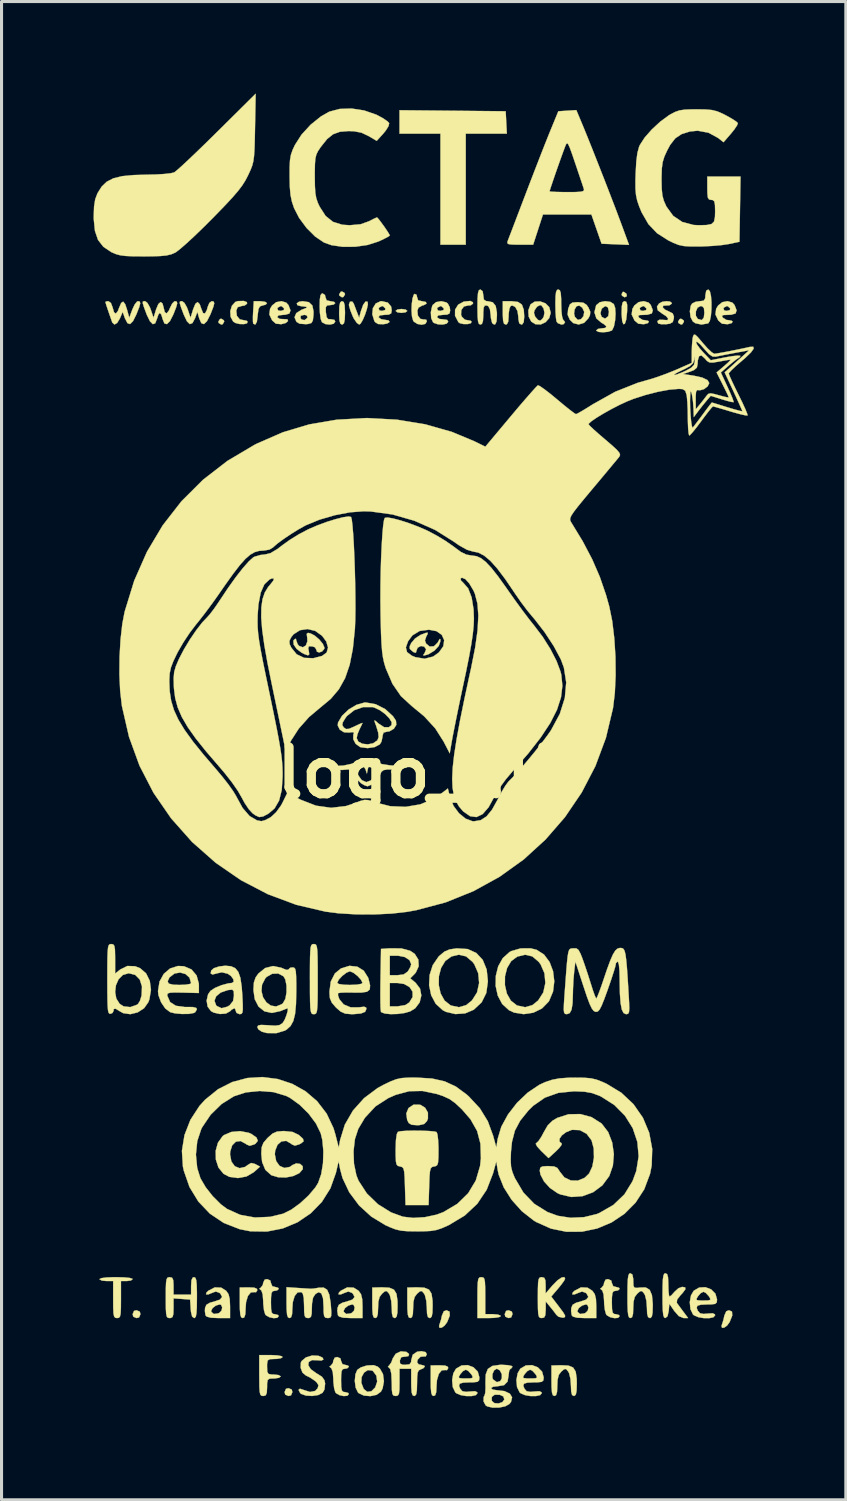
<source format=kicad_pcb>
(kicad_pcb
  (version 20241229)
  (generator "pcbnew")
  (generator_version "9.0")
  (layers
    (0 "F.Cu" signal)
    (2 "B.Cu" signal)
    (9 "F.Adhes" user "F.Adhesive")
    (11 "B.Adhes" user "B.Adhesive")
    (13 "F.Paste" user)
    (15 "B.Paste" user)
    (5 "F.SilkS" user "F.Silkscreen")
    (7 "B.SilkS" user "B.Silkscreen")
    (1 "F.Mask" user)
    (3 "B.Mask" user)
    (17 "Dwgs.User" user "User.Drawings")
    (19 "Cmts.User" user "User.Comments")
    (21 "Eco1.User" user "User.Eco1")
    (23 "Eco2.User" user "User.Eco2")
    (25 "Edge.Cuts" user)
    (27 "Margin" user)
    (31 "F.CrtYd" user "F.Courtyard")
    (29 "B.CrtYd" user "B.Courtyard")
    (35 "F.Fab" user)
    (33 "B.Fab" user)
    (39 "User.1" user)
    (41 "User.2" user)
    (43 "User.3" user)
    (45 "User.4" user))
  (footprint "logo_all"
    (layer "F.Cu")
    (at 10.545 22.135)
    (property "Reference" "logo_all" (at 0 0 0) (layer "F.SilkS") (effects (font (size 1.524 1.524) (thickness 0.3))))
    (attr through_hole)
    (fp_poly (pts (xy 6.827 -15.607) (xy 6.837 -15.531) (xy 6.768 -15.494) (xy 6.681 -15.545) (xy 6.668 -15.595) (xy 6.704 -15.669) (xy 6.743 -15.67) (xy 6.827 -15.607)) (stroke (width 0.01) (type solid)) (fill yes) (layer "F.SilkS"))
    (fp_poly (pts (xy -9.038 17.571) (xy -9.017 17.653) (xy -9.062 17.759) (xy -9.144 17.78) (xy -9.25 17.735) (xy -9.271 17.653) (xy -9.226 17.547) (xy -9.144 17.526) (xy -9.038 17.571)) (stroke (width 0.01) (type solid)) (fill yes) (layer "F.SilkS"))
    (fp_poly (pts (xy -6.298 -14.745) (xy -6.287 -14.7) (xy -6.337 -14.616) (xy -6.382 -14.605) (xy -6.466 -14.656) (xy -6.477 -14.7) (xy -6.426 -14.784) (xy -6.382 -14.796) (xy -6.298 -14.745)) (stroke (width 0.01) (type solid)) (fill yes) (layer "F.SilkS"))
    (fp_poly (pts (xy -4.085 20.111) (xy -4.064 20.193) (xy -4.109 20.299) (xy -4.191 20.32) (xy -4.297 20.275) (xy -4.318 20.193) (xy -4.273 20.087) (xy -4.191 20.066) (xy -4.085 20.111)) (stroke (width 0.01) (type solid)) (fill yes) (layer "F.SilkS"))
    (fp_poly (pts (xy -2.361 -15.634) (xy -2.349 -15.589) (xy -2.4 -15.505) (xy -2.445 -15.494) (xy -2.529 -15.545) (xy -2.54 -15.589) (xy -2.489 -15.673) (xy -2.445 -15.684) (xy -2.361 -15.634)) (stroke (width 0.01) (type solid)) (fill yes) (layer "F.SilkS"))
    (fp_poly (pts (xy 3.091 17.571) (xy 3.111 17.653) (xy 3.067 17.759) (xy 2.985 17.78) (xy 2.878 17.735) (xy 2.857 17.653) (xy 2.902 17.547) (xy 2.985 17.526) (xy 3.091 17.571)) (stroke (width 0.01) (type solid)) (fill yes) (layer "F.SilkS"))
    (fp_poly (pts (xy 8.688 -14.745) (xy 8.7 -14.7) (xy 8.649 -14.616) (xy 8.604 -14.605) (xy 8.52 -14.656) (xy 8.509 -14.7) (xy 8.56 -14.784) (xy 8.604 -14.796) (xy 8.688 -14.745)) (stroke (width 0.01) (type solid)) (fill yes) (layer "F.SilkS"))
    (fp_poly (pts (xy 2.889 -21.558) (xy 2.908 -21.193) (xy 2.927 -20.828) (xy 2.257 -20.828) (xy 1.587 -20.828) (xy 1.587 -17.209) (xy 0.762 -17.209) (xy 0.762 -20.828) (xy -0.572 -20.828) (xy -0.572 -21.592) (xy 2.889 -21.558)) (stroke (width 0.01) (type solid)) (fill yes) (layer "F.SilkS"))
    (fp_poly (pts (xy -0.374 -15.095) (xy -0.318 -15.05) (xy -0.318 -15.05) (xy -0.373 -15.005) (xy -0.506 -14.986) (xy -0.508 -14.986) (xy -0.642 -15.004) (xy -0.698 -15.049) (xy -0.699 -15.05) (xy -0.643 -15.094) (xy -0.51 -15.113) (xy -0.508 -15.113) (xy -0.374 -15.095)) (stroke (width 0.01) (type solid)) (fill yes) (layer "F.SilkS"))
    (fp_poly (pts (xy 1.059 17.57) (xy 1.067 17.699) (xy 0.983 17.909) (xy 0.983 17.91) (xy 0.897 18.026) (xy 0.804 18.092) (xy 0.733 18.098) (xy 0.717 18.035) (xy 0.732 17.986) (xy 0.78 17.838) (xy 0.81 17.701) (xy 0.871 17.559) (xy 0.96 17.526) (xy 1.059 17.57)) (stroke (width 0.01) (type solid)) (fill yes) (layer "F.SilkS"))
    (fp_poly (pts (xy 10.266 17.57) (xy 10.274 17.699) (xy 10.19 17.909) (xy 10.19 17.91) (xy 10.105 18.026) (xy 10.011 18.092) (xy 9.941 18.098) (xy 9.924 18.035) (xy 9.94 17.986) (xy 9.987 17.838) (xy 10.017 17.701) (xy 10.079 17.559) (xy 10.167 17.526) (xy 10.266 17.57)) (stroke (width 0.01) (type solid)) (fill yes) (layer "F.SilkS"))
    (fp_poly (pts (xy 6.822 -15.343) (xy 6.848 -15.253) (xy 6.848 -15.071) (xy 6.845 -15.007) (xy 6.817 -14.761) (xy 6.773 -14.63) (xy 6.726 -14.616) (xy 6.686 -14.72) (xy 6.668 -14.944) (xy 6.668 -14.981) (xy 6.674 -15.202) (xy 6.699 -15.322) (xy 6.747 -15.365) (xy 6.766 -15.367) (xy 6.822 -15.343)) (stroke (width 0.01) (type solid)) (fill yes) (layer "F.SilkS"))
    (fp_poly (pts (xy 0.101 10.826) (xy 0.261 10.922) (xy 0.354 11.082) (xy 0.355 11.275) (xy 0.321 11.361) (xy 0.232 11.454) (xy 0.077 11.491) (xy -0.004 11.493) (xy -0.176 11.48) (xy -0.27 11.424) (xy -0.323 11.321) (xy -0.351 11.109) (xy -0.278 10.934) (xy -0.12 10.828) (xy -0.103 10.823) (xy 0.101 10.826)) (stroke (width 0.01) (type solid)) (fill yes) (layer "F.SilkS"))
    (fp_poly (pts (xy -4.953 -15.347) (xy -4.892 -15.302) (xy -4.935 -15.254) (xy -5.032 -15.229) (xy -5.122 -15.197) (xy -5.169 -15.113) (xy -5.192 -14.942) (xy -5.195 -14.907) (xy -5.222 -14.695) (xy -5.272 -14.606) (xy -5.339 -14.631) (xy -5.35 -14.704) (xy -5.351 -14.864) (xy -5.344 -15.012) (xy -5.322 -15.367) (xy -5.106 -15.367) (xy -4.953 -15.347)) (stroke (width 0.01) (type solid)) (fill yes) (layer "F.SilkS"))
    (fp_poly (pts (xy -2.389 -15.338) (xy -2.36 -15.234) (xy -2.35 -15.032) (xy -2.349 -14.986) (xy -2.357 -14.765) (xy -2.383 -14.646) (xy -2.433 -14.606) (xy -2.445 -14.605) (xy -2.5 -14.634) (xy -2.53 -14.738) (xy -2.54 -14.94) (xy -2.54 -14.986) (xy -2.533 -15.207) (xy -2.507 -15.326) (xy -2.456 -15.366) (xy -2.445 -15.367) (xy -2.389 -15.338)) (stroke (width 0.01) (type solid)) (fill yes) (layer "F.SilkS"))
    (fp_poly (pts (xy -5.306 16.789) (xy -5.22 16.828) (xy -5.207 16.872) (xy -5.249 16.939) (xy -5.296 16.934) (xy -5.418 16.944) (xy -5.514 17.06) (xy -5.574 17.261) (xy -5.588 17.452) (xy -5.598 17.655) (xy -5.631 17.756) (xy -5.683 17.78) (xy -5.733 17.756) (xy -5.762 17.668) (xy -5.776 17.494) (xy -5.779 17.282) (xy -5.779 16.784) (xy -5.493 16.78) (xy -5.306 16.789)) (stroke (width 0.01) (type solid)) (fill yes) (layer "F.SilkS"))
    (fp_poly (pts (xy 0.917 19.329) (xy 1.003 19.368) (xy 1.016 19.412) (xy 0.974 19.479) (xy 0.927 19.474) (xy 0.805 19.484) (xy 0.709 19.6) (xy 0.649 19.801) (xy 0.635 19.992) (xy 0.625 20.195) (xy 0.592 20.296) (xy 0.54 20.32) (xy 0.49 20.296) (xy 0.461 20.208) (xy 0.447 20.034) (xy 0.445 19.822) (xy 0.445 19.324) (xy 0.73 19.32) (xy 0.917 19.329)) (stroke (width 0.01) (type solid)) (fill yes) (layer "F.SilkS"))
    (fp_poly (pts (xy 2.155 16.456) (xy 2.192 16.499) (xy 2.212 16.599) (xy 2.221 16.781) (xy 2.223 17.05) (xy 2.223 17.653) (xy 2.477 17.653) (xy 2.636 17.667) (xy 2.724 17.702) (xy 2.731 17.716) (xy 2.673 17.75) (xy 2.522 17.773) (xy 2.349 17.78) (xy 1.968 17.78) (xy 1.968 17.113) (xy 1.97 16.816) (xy 1.978 16.623) (xy 1.996 16.512) (xy 2.028 16.461) (xy 2.08 16.447) (xy 2.095 16.447) (xy 2.155 16.456)) (stroke (width 0.01) (type solid)) (fill yes) (layer "F.SilkS"))
    (fp_poly (pts (xy 4.654 -15.723) (xy 4.684 -15.632) (xy 4.697 -15.453) (xy 4.699 -15.275) (xy 4.707 -15.042) (xy 4.728 -14.861) (xy 4.758 -14.768) (xy 4.763 -14.764) (xy 4.825 -14.683) (xy 4.778 -14.618) (xy 4.706 -14.605) (xy 4.586 -14.652) (xy 4.547 -14.705) (xy 4.528 -14.816) (xy 4.514 -15.012) (xy 4.509 -15.255) (xy 4.508 -15.277) (xy 4.514 -15.527) (xy 4.532 -15.673) (xy 4.568 -15.738) (xy 4.604 -15.748) (xy 4.654 -15.723)) (stroke (width 0.01) (type solid)) (fill yes) (layer "F.SilkS"))
    (fp_poly (pts (xy -5.548 -15.337) (xy -5.54 -15.289) (xy -5.616 -15.228) (xy -5.72 -15.21) (xy -5.848 -15.171) (xy -5.894 -15.062) (xy -5.875 -14.892) (xy -5.781 -14.776) (xy -5.661 -14.75) (xy -5.553 -14.729) (xy -5.524 -14.7) (xy -5.544 -14.645) (xy -5.645 -14.62) (xy -5.784 -14.623) (xy -5.919 -14.656) (xy -5.993 -14.701) (xy -6.078 -14.857) (xy -6.089 -15.045) (xy -6.035 -15.22) (xy -5.924 -15.342) (xy -5.842 -15.37) (xy -5.65 -15.375) (xy -5.548 -15.337)) (stroke (width 0.01) (type solid)) (fill yes) (layer "F.SilkS"))
    (fp_poly (pts (xy -1.613 -15.35) (xy -1.603 -15.265) (xy -1.636 -15.11) (xy -1.697 -14.925) (xy -1.771 -14.753) (xy -1.843 -14.634) (xy -1.885 -14.605) (xy -1.962 -14.658) (xy -2.056 -14.793) (xy -2.097 -14.875) (xy -2.172 -15.062) (xy -2.216 -15.215) (xy -2.221 -15.256) (xy -2.185 -15.351) (xy -2.111 -15.354) (xy -2.064 -15.288) (xy -2.022 -15.175) (xy -1.962 -15.018) (xy -1.888 -14.827) (xy -1.828 -15.05) (xy -1.756 -15.251) (xy -1.68 -15.355) (xy -1.613 -15.35)) (stroke (width 0.01) (type solid)) (fill yes) (layer "F.SilkS"))
    (fp_poly (pts (xy 1.82 -15.334) (xy 1.825 -15.288) (xy 1.749 -15.232) (xy 1.665 -15.227) (xy 1.528 -15.195) (xy 1.444 -15.081) (xy 1.434 -14.928) (xy 1.46 -14.86) (xy 1.557 -14.766) (xy 1.637 -14.749) (xy 1.747 -14.73) (xy 1.778 -14.7) (xy 1.754 -14.649) (xy 1.652 -14.622) (xy 1.518 -14.621) (xy 1.397 -14.649) (xy 1.349 -14.681) (xy 1.238 -14.892) (xy 1.239 -15.09) (xy 1.339 -15.253) (xy 1.524 -15.354) (xy 1.736 -15.375) (xy 1.82 -15.334)) (stroke (width 0.01) (type solid)) (fill yes) (layer "F.SilkS"))
    (fp_poly (pts (xy 3.289 -15.343) (xy 3.417 -15.256) (xy 3.479 -15.086) (xy 3.493 -14.863) (xy 3.477 -14.685) (xy 3.427 -14.61) (xy 3.397 -14.605) (xy 3.33 -14.648) (xy 3.303 -14.791) (xy 3.302 -14.851) (xy 3.274 -15.045) (xy 3.201 -15.179) (xy 3.104 -15.227) (xy 3.051 -15.21) (xy 3.01 -15.127) (xy 2.987 -14.965) (xy 2.985 -14.887) (xy 2.972 -14.7) (xy 2.928 -14.616) (xy 2.889 -14.605) (xy 2.834 -14.634) (xy 2.804 -14.738) (xy 2.794 -14.94) (xy 2.794 -14.986) (xy 2.794 -15.367) (xy 3.078 -15.367) (xy 3.289 -15.343)) (stroke (width 0.01) (type solid)) (fill yes) (layer "F.SilkS"))
    (fp_poly (pts (xy -9.548 16.454) (xy -9.362 16.473) (xy -9.275 16.502) (xy -9.271 16.51) (xy -9.326 16.555) (xy -9.459 16.573) (xy -9.461 16.573) (xy -9.652 16.573) (xy -9.652 17.177) (xy -9.654 17.457) (xy -9.663 17.634) (xy -9.684 17.731) (xy -9.722 17.772) (xy -9.779 17.78) (xy -9.838 17.771) (xy -9.875 17.728) (xy -9.896 17.627) (xy -9.904 17.446) (xy -9.906 17.177) (xy -9.906 16.573) (xy -10.128 16.573) (xy -10.275 16.558) (xy -10.349 16.518) (xy -10.351 16.51) (xy -10.291 16.479) (xy -10.127 16.457) (xy -9.88 16.447) (xy -9.811 16.447) (xy -9.548 16.454)) (stroke (width 0.01) (type solid)) (fill yes) (layer "F.SilkS"))
    (fp_poly (pts (xy -3.002 -15.568) (xy -2.985 -15.494) (xy -2.947 -15.394) (xy -2.826 -15.367) (xy -2.706 -15.345) (xy -2.667 -15.303) (xy -2.721 -15.256) (xy -2.83 -15.24) (xy -2.935 -15.228) (xy -2.976 -15.166) (xy -2.974 -15.018) (xy -2.972 -15.002) (xy -2.948 -14.845) (xy -2.896 -14.783) (xy -2.81 -14.779) (xy -2.692 -14.757) (xy -2.667 -14.7) (xy -2.719 -14.632) (xy -2.842 -14.605) (xy -2.986 -14.621) (xy -3.099 -14.681) (xy -3.14 -14.786) (xy -3.167 -14.983) (xy -3.175 -15.189) (xy -3.169 -15.427) (xy -3.148 -15.561) (xy -3.106 -15.616) (xy -3.08 -15.621) (xy -3.002 -15.568)) (stroke (width 0.01) (type solid)) (fill yes) (layer "F.SilkS"))
    (fp_poly (pts (xy -0.015 -15.576) (xy 0 -15.499) (xy 0.035 -15.396) (xy 0.158 -15.367) (xy 0.159 -15.367) (xy 0.288 -15.341) (xy 0.308 -15.286) (xy 0.215 -15.236) (xy 0.175 -15.229) (xy 0.047 -15.157) (xy 0.011 -15.062) (xy 0.026 -14.902) (xy 0.103 -14.793) (xy 0.214 -14.77) (xy 0.227 -14.774) (xy 0.305 -14.76) (xy 0.318 -14.707) (xy 0.268 -14.627) (xy 0.151 -14.6) (xy 0.013 -14.625) (xy -0.102 -14.697) (xy -0.128 -14.734) (xy -0.166 -14.87) (xy -0.18 -15.064) (xy -0.173 -15.275) (xy -0.147 -15.462) (xy -0.105 -15.583) (xy -0.079 -15.605) (xy -0.015 -15.576)) (stroke (width 0.01) (type solid)) (fill yes) (layer "F.SilkS"))
    (fp_poly (pts (xy 4.188 -15.296) (xy 4.309 -15.173) (xy 4.357 -14.987) (xy 4.308 -14.816) (xy 4.19 -14.683) (xy 4.032 -14.609) (xy 3.859 -14.616) (xy 3.723 -14.701) (xy 3.638 -14.865) (xy 3.632 -14.986) (xy 3.81 -14.986) (xy 3.851 -14.86) (xy 3.943 -14.757) (xy 4.011 -14.732) (xy 4.076 -14.781) (xy 4.128 -14.859) (xy 4.153 -14.992) (xy 4.123 -15.133) (xy 4.053 -15.227) (xy 4.011 -15.24) (xy 3.911 -15.188) (xy 3.83 -15.071) (xy 3.81 -14.986) (xy 3.632 -14.986) (xy 3.628 -15.071) (xy 3.697 -15.258) (xy 3.702 -15.265) (xy 3.835 -15.352) (xy 4.013 -15.36) (xy 4.188 -15.296)) (stroke (width 0.01) (type solid)) (fill yes) (layer "F.SilkS"))
    (fp_poly (pts (xy -0.906 16.79) (xy -0.754 16.853) (xy -0.671 16.987) (xy -0.638 17.215) (xy -0.635 17.372) (xy -0.641 17.602) (xy -0.665 17.729) (xy -0.71 17.777) (xy -0.73 17.78) (xy -0.789 17.748) (xy -0.818 17.635) (xy -0.826 17.443) (xy -0.842 17.219) (xy -0.886 17.039) (xy -0.915 16.983) (xy -0.986 16.901) (xy -1.048 16.907) (xy -1.137 16.981) (xy -1.222 17.092) (xy -1.262 17.253) (xy -1.27 17.441) (xy -1.279 17.648) (xy -1.311 17.753) (xy -1.365 17.78) (xy -1.415 17.756) (xy -1.444 17.668) (xy -1.458 17.494) (xy -1.46 17.283) (xy -1.46 16.786) (xy -1.144 16.778) (xy -0.906 16.79)) (stroke (width 0.01) (type solid)) (fill yes) (layer "F.SilkS"))
    (fp_poly (pts (xy 0.237 16.79) (xy 0.389 16.853) (xy 0.472 16.987) (xy 0.505 17.215) (xy 0.508 17.372) (xy 0.502 17.602) (xy 0.478 17.729) (xy 0.433 17.777) (xy 0.413 17.78) (xy 0.354 17.748) (xy 0.325 17.635) (xy 0.318 17.443) (xy 0.301 17.219) (xy 0.257 17.039) (xy 0.228 16.983) (xy 0.157 16.901) (xy 0.095 16.907) (xy 0.006 16.981) (xy -0.079 17.092) (xy -0.119 17.253) (xy -0.127 17.441) (xy -0.136 17.648) (xy -0.168 17.753) (xy -0.222 17.78) (xy -0.272 17.756) (xy -0.301 17.668) (xy -0.315 17.494) (xy -0.318 17.283) (xy -0.318 16.786) (xy -0.001 16.778) (xy 0.237 16.79)) (stroke (width 0.01) (type solid)) (fill yes) (layer "F.SilkS"))
    (fp_poly (pts (xy 4.936 19.33) (xy 5.088 19.393) (xy 5.171 19.527) (xy 5.204 19.755) (xy 5.207 19.912) (xy 5.201 20.142) (xy 5.177 20.269) (xy 5.132 20.317) (xy 5.112 20.32) (xy 5.053 20.288) (xy 5.024 20.175) (xy 5.016 19.983) (xy 5 19.759) (xy 4.956 19.579) (xy 4.927 19.523) (xy 4.856 19.441) (xy 4.794 19.447) (xy 4.705 19.521) (xy 4.62 19.632) (xy 4.58 19.793) (xy 4.572 19.981) (xy 4.563 20.188) (xy 4.531 20.293) (xy 4.477 20.32) (xy 4.427 20.296) (xy 4.398 20.208) (xy 4.384 20.034) (xy 4.381 19.823) (xy 4.381 19.326) (xy 4.698 19.318) (xy 4.936 19.33)) (stroke (width 0.01) (type solid)) (fill yes) (layer "F.SilkS"))
    (fp_poly (pts (xy 5.418 -15.318) (xy 5.527 -15.247) (xy 5.586 -15.161) (xy 5.647 -15.022) (xy 5.635 -14.909) (xy 5.586 -14.811) (xy 5.445 -14.661) (xy 5.268 -14.607) (xy 5.092 -14.653) (xy 4.98 -14.762) (xy 4.908 -14.926) (xy 4.911 -14.957) (xy 5.118 -14.957) (xy 5.146 -14.855) (xy 5.24 -14.757) (xy 5.345 -14.783) (xy 5.424 -14.879) (xy 5.449 -15.02) (xy 5.384 -15.158) (xy 5.286 -15.224) (xy 5.197 -15.201) (xy 5.135 -15.096) (xy 5.118 -14.957) (xy 4.911 -14.957) (xy 4.924 -15.107) (xy 4.931 -15.131) (xy 4.983 -15.264) (xy 5.065 -15.322) (xy 5.225 -15.335) (xy 5.239 -15.335) (xy 5.418 -15.318)) (stroke (width 0.01) (type solid)) (fill yes) (layer "F.SilkS"))
    (fp_poly (pts (xy 8.245 -15.355) (xy 8.304 -15.309) (xy 8.302 -15.288) (xy 8.226 -15.232) (xy 8.138 -15.228) (xy 8.025 -15.22) (xy 8.009 -15.166) (xy 8.081 -15.093) (xy 8.195 -15.039) (xy 8.331 -14.97) (xy 8.373 -14.872) (xy 8.37 -14.804) (xy 8.335 -14.688) (xy 8.243 -14.634) (xy 8.126 -14.618) (xy 7.964 -14.616) (xy 7.864 -14.638) (xy 7.858 -14.643) (xy 7.833 -14.718) (xy 7.902 -14.763) (xy 8.034 -14.758) (xy 8.037 -14.757) (xy 8.16 -14.749) (xy 8.186 -14.796) (xy 8.12 -14.878) (xy 8.001 -14.954) (xy 7.847 -15.068) (xy 7.82 -15.188) (xy 7.887 -15.291) (xy 7.99 -15.346) (xy 8.125 -15.367) (xy 8.245 -15.355)) (stroke (width 0.01) (type solid)) (fill yes) (layer "F.SilkS"))
    (fp_poly (pts (xy -3.32 5.593) (xy -3.287 5.621) (xy -3.265 5.688) (xy -3.25 5.813) (xy -3.243 6.011) (xy -3.239 6.3) (xy -3.239 6.698) (xy -3.239 6.731) (xy -3.239 7.137) (xy -3.242 7.434) (xy -3.25 7.638) (xy -3.263 7.767) (xy -3.285 7.838) (xy -3.318 7.868) (xy -3.362 7.874) (xy -3.365 7.874) (xy -3.411 7.869) (xy -3.444 7.841) (xy -3.466 7.774) (xy -3.481 7.649) (xy -3.488 7.451) (xy -3.492 7.162) (xy -3.492 6.764) (xy -3.493 6.731) (xy -3.492 6.325) (xy -3.489 6.028) (xy -3.481 5.824) (xy -3.468 5.695) (xy -3.446 5.624) (xy -3.413 5.594) (xy -3.369 5.588) (xy -3.365 5.588) (xy -3.32 5.593)) (stroke (width 0.01) (type solid)) (fill yes) (layer "F.SilkS"))
    (fp_poly (pts (xy -3.527 -15.335) (xy -3.413 -15.227) (xy -3.374 -15.029) (xy -3.377 -14.911) (xy -3.397 -14.739) (xy -3.443 -14.657) (xy -3.547 -14.625) (xy -3.625 -14.618) (xy -3.829 -14.633) (xy -3.932 -14.694) (xy -3.982 -14.814) (xy -3.798 -14.814) (xy -3.766 -14.773) (xy -3.672 -14.749) (xy -3.585 -14.816) (xy -3.571 -14.847) (xy -3.602 -14.907) (xy -3.678 -14.922) (xy -3.792 -14.892) (xy -3.798 -14.814) (xy -3.982 -14.814) (xy -3.994 -14.843) (xy -3.937 -14.979) (xy -3.77 -15.085) (xy -3.746 -15.094) (xy -3.61 -15.147) (xy -3.597 -15.18) (xy -3.708 -15.198) (xy -3.773 -15.202) (xy -3.899 -15.235) (xy -3.922 -15.295) (xy -3.849 -15.349) (xy -3.728 -15.367) (xy -3.527 -15.335)) (stroke (width 0.01) (type solid)) (fill yes) (layer "F.SilkS"))
    (fp_poly (pts (xy -3.476 -4.539) (xy -3.333 -4.464) (xy -3.188 -4.339) (xy -3.072 -4.197) (xy -3.019 -4.075) (xy -3.022 -4.039) (xy -3.094 -3.951) (xy -3.191 -3.916) (xy -3.265 -3.942) (xy -3.278 -3.993) (xy -3.327 -4.084) (xy -3.421 -4.117) (xy -3.527 -4.118) (xy -3.547 -4.052) (xy -3.531 -3.974) (xy -3.514 -3.855) (xy -3.556 -3.821) (xy -3.676 -3.865) (xy -3.761 -3.909) (xy -3.926 -4.033) (xy -4.022 -4.173) (xy -4.032 -4.297) (xy -4.006 -4.338) (xy -3.949 -4.366) (xy -3.937 -4.307) (xy -3.892 -4.184) (xy -3.842 -4.128) (xy -3.723 -4.086) (xy -3.625 -4.144) (xy -3.575 -4.278) (xy -3.581 -4.398) (xy -3.597 -4.523) (xy -3.555 -4.556) (xy -3.476 -4.539)) (stroke (width 0.01) (type solid)) (fill yes) (layer "F.SilkS"))
    (fp_poly (pts (xy -4.266 -15.322) (xy -4.193 -15.244) (xy -4.126 -15.068) (xy -4.161 -14.965) (xy -4.301 -14.924) (xy -4.355 -14.922) (xy -4.515 -14.905) (xy -4.557 -14.851) (xy -4.555 -14.843) (xy -4.478 -14.79) (xy -4.353 -14.783) (xy -4.226 -14.777) (xy -4.205 -14.72) (xy -4.282 -14.656) (xy -4.427 -14.617) (xy -4.428 -14.617) (xy -4.604 -14.635) (xy -4.725 -14.743) (xy -4.816 -14.935) (xy -4.792 -15.114) (xy -4.783 -15.129) (xy -4.556 -15.129) (xy -4.527 -15.065) (xy -4.445 -15.05) (xy -4.344 -15.079) (xy -4.334 -15.129) (xy -4.412 -15.203) (xy -4.445 -15.208) (xy -4.54 -15.158) (xy -4.556 -15.129) (xy -4.783 -15.129) (xy -4.727 -15.226) (xy -4.591 -15.335) (xy -4.421 -15.368) (xy -4.266 -15.322)) (stroke (width 0.01) (type solid)) (fill yes) (layer "F.SilkS"))
    (fp_poly (pts (xy -0.953 -15.322) (xy -0.845 -15.192) (xy -0.826 -15.069) (xy -0.844 -14.97) (xy -0.924 -14.929) (xy -1.053 -14.922) (xy -1.213 -14.905) (xy -1.256 -14.85) (xy -1.254 -14.843) (xy -1.177 -14.782) (xy -1.074 -14.764) (xy -0.929 -14.741) (xy -0.895 -14.691) (xy -0.97 -14.64) (xy -1.091 -14.617) (xy -1.267 -14.622) (xy -1.367 -14.683) (xy -1.393 -14.724) (xy -1.46 -14.94) (xy -1.441 -15.129) (xy -1.254 -15.129) (xy -1.225 -15.065) (xy -1.143 -15.05) (xy -1.042 -15.079) (xy -1.032 -15.129) (xy -1.11 -15.203) (xy -1.143 -15.208) (xy -1.238 -15.158) (xy -1.254 -15.129) (xy -1.441 -15.129) (xy -1.44 -15.139) (xy -1.347 -15.292) (xy -1.191 -15.365) (xy -1.153 -15.367) (xy -0.953 -15.322)) (stroke (width 0.01) (type solid)) (fill yes) (layer "F.SilkS"))
    (fp_poly (pts (xy 0.34 -4.509) (xy 0.303 -4.445) (xy 0.257 -4.306) (xy 0.293 -4.207) (xy 0.412 -4.109) (xy 0.55 -4.119) (xy 0.669 -4.235) (xy 0.68 -4.255) (xy 0.737 -4.357) (xy 0.758 -4.35) (xy 0.761 -4.281) (xy 0.707 -4.129) (xy 0.567 -3.977) (xy 0.378 -3.861) (xy 0.318 -3.84) (xy 0.212 -3.814) (xy 0.207 -3.845) (xy 0.244 -3.893) (xy 0.295 -4.019) (xy 0.234 -4.106) (xy 0.128 -4.128) (xy 0.019 -4.073) (xy -0.011 -3.997) (xy -0.038 -3.909) (xy -0.1 -3.919) (xy -0.157 -3.959) (xy -0.239 -4.035) (xy -0.24 -4.118) (xy -0.189 -4.226) (xy -0.063 -4.374) (xy 0.108 -4.486) (xy 0.109 -4.487) (xy 0.278 -4.553) (xy 0.349 -4.561) (xy 0.34 -4.509)) (stroke (width 0.01) (type solid)) (fill yes) (layer "F.SilkS"))
    (fp_poly (pts (xy -4.783 16.555) (xy -4.763 16.637) (xy -4.718 16.743) (xy -4.636 16.764) (xy -4.532 16.791) (xy -4.508 16.828) (xy -4.562 16.879) (xy -4.636 16.891) (xy -4.706 16.905) (xy -4.745 16.966) (xy -4.76 17.103) (xy -4.763 17.272) (xy -4.758 17.485) (xy -4.738 17.6) (xy -4.692 17.646) (xy -4.636 17.653) (xy -4.532 17.68) (xy -4.508 17.716) (xy -4.558 17.773) (xy -4.676 17.783) (xy -4.814 17.753) (xy -4.925 17.69) (xy -4.951 17.657) (xy -4.99 17.522) (xy -5.013 17.321) (xy -5.016 17.218) (xy -5.032 17.008) (xy -5.075 16.883) (xy -5.096 16.865) (xy -5.143 16.823) (xy -5.096 16.79) (xy -5.029 16.703) (xy -5.016 16.632) (xy -4.969 16.529) (xy -4.889 16.51) (xy -4.783 16.555)) (stroke (width 0.01) (type solid)) (fill yes) (layer "F.SilkS"))
    (fp_poly (pts (xy -2.497 19.095) (xy -2.477 19.177) (xy -2.432 19.283) (xy -2.349 19.304) (xy -2.246 19.331) (xy -2.223 19.367) (xy -2.276 19.419) (xy -2.349 19.431) (xy -2.42 19.445) (xy -2.459 19.506) (xy -2.474 19.643) (xy -2.477 19.812) (xy -2.472 20.025) (xy -2.452 20.14) (xy -2.406 20.186) (xy -2.349 20.193) (xy -2.246 20.22) (xy -2.223 20.256) (xy -2.272 20.313) (xy -2.39 20.323) (xy -2.528 20.293) (xy -2.639 20.23) (xy -2.665 20.197) (xy -2.704 20.062) (xy -2.727 19.861) (xy -2.731 19.758) (xy -2.746 19.548) (xy -2.789 19.423) (xy -2.81 19.405) (xy -2.857 19.363) (xy -2.81 19.33) (xy -2.743 19.243) (xy -2.731 19.172) (xy -2.683 19.069) (xy -2.603 19.05) (xy -2.497 19.095)) (stroke (width 0.01) (type solid)) (fill yes) (layer "F.SilkS"))
    (fp_poly (pts (xy -1.284 19.363) (xy -1.214 19.424) (xy -1.111 19.605) (xy -1.08 19.84) (xy -1.123 20.072) (xy -1.178 20.179) (xy -1.319 20.282) (xy -1.521 20.325) (xy -1.733 20.307) (xy -1.903 20.227) (xy -1.927 20.204) (xy -2.002 20.047) (xy -2.023 19.884) (xy -1.817 19.884) (xy -1.815 19.895) (xy -1.739 20.092) (xy -1.622 20.184) (xy -1.487 20.165) (xy -1.364 20.041) (xy -1.3 19.852) (xy -1.326 19.659) (xy -1.434 19.512) (xy -1.466 19.491) (xy -1.605 19.476) (xy -1.727 19.557) (xy -1.807 19.703) (xy -1.817 19.884) (xy -2.023 19.884) (xy -2.03 19.83) (xy -2.009 19.613) (xy -1.95 19.471) (xy -1.838 19.391) (xy -1.66 19.333) (xy -1.609 19.324) (xy -1.415 19.315) (xy -1.284 19.363)) (stroke (width 0.01) (type solid)) (fill yes) (layer "F.SilkS"))
    (fp_poly (pts (xy 2.139 -15.691) (xy 2.159 -15.557) (xy 2.177 -15.42) (xy 2.25 -15.371) (xy 2.305 -15.367) (xy 2.468 -15.331) (xy 2.563 -15.213) (xy 2.602 -14.996) (xy 2.603 -14.91) (xy 2.592 -14.712) (xy 2.552 -14.619) (xy 2.512 -14.605) (xy 2.447 -14.654) (xy 2.409 -14.808) (xy 2.401 -14.906) (xy 2.375 -15.104) (xy 2.323 -15.204) (xy 2.27 -15.228) (xy 2.204 -15.222) (xy 2.17 -15.152) (xy 2.159 -14.991) (xy 2.159 -14.927) (xy 2.149 -14.726) (xy 2.115 -14.627) (xy 2.064 -14.605) (xy 2.017 -14.627) (xy 1.988 -14.709) (xy 1.973 -14.871) (xy 1.969 -15.135) (xy 1.968 -15.177) (xy 1.972 -15.455) (xy 1.986 -15.629) (xy 2.013 -15.719) (xy 2.057 -15.748) (xy 2.064 -15.748) (xy 2.139 -15.691)) (stroke (width 0.01) (type solid)) (fill yes) (layer "F.SilkS"))
    (fp_poly (pts (xy 6.329 16.555) (xy 6.35 16.637) (xy 6.395 16.743) (xy 6.477 16.764) (xy 6.58 16.791) (xy 6.604 16.828) (xy 6.551 16.879) (xy 6.477 16.891) (xy 6.406 16.905) (xy 6.368 16.966) (xy 6.352 17.103) (xy 6.35 17.272) (xy 6.355 17.485) (xy 6.375 17.6) (xy 6.421 17.646) (xy 6.477 17.653) (xy 6.58 17.68) (xy 6.604 17.716) (xy 6.554 17.773) (xy 6.436 17.783) (xy 6.298 17.753) (xy 6.188 17.69) (xy 6.162 17.657) (xy 6.123 17.522) (xy 6.099 17.321) (xy 6.096 17.218) (xy 6.08 17.008) (xy 6.038 16.883) (xy 6.017 16.865) (xy 5.97 16.823) (xy 6.017 16.79) (xy 6.083 16.703) (xy 6.096 16.632) (xy 6.143 16.529) (xy 6.223 16.51) (xy 6.329 16.555)) (stroke (width 0.01) (type solid)) (fill yes) (layer "F.SilkS"))
    (fp_poly (pts (xy -5.488 11.74) (xy -5.402 11.777) (xy -5.235 11.893) (xy -5.19 12.002) (xy -5.268 12.098) (xy -5.316 12.123) (xy -5.456 12.164) (xy -5.562 12.119) (xy -5.585 12.099) (xy -5.753 12.009) (xy -5.907 12.031) (xy -6.027 12.151) (xy -6.091 12.355) (xy -6.096 12.446) (xy -6.053 12.676) (xy -5.942 12.83) (xy -5.785 12.894) (xy -5.608 12.854) (xy -5.519 12.79) (xy -5.41 12.725) (xy -5.29 12.753) (xy -5.264 12.767) (xy -5.119 12.844) (xy -5.323 13.026) (xy -5.562 13.165) (xy -5.842 13.216) (xy -6.118 13.177) (xy -6.308 13.078) (xy -6.474 12.874) (xy -6.559 12.612) (xy -6.565 12.33) (xy -6.491 12.064) (xy -6.339 11.852) (xy -6.291 11.814) (xy -6.053 11.713) (xy -5.767 11.687) (xy -5.488 11.74)) (stroke (width 0.01) (type solid)) (fill yes) (layer "F.SilkS"))
    (fp_poly (pts (xy -4.56 18.996) (xy -4.422 19.021) (xy -4.381 19.05) (xy -4.438 19.09) (xy -4.579 19.112) (xy -4.636 19.113) (xy -4.798 19.12) (xy -4.87 19.162) (xy -4.889 19.278) (xy -4.889 19.367) (xy -4.883 19.53) (xy -4.841 19.602) (xy -4.733 19.621) (xy -4.667 19.622) (xy -4.52 19.637) (xy -4.447 19.677) (xy -4.445 19.685) (xy -4.501 19.727) (xy -4.638 19.748) (xy -4.667 19.748) (xy -4.804 19.755) (xy -4.868 19.796) (xy -4.888 19.907) (xy -4.889 20.034) (xy -4.898 20.213) (xy -4.932 20.297) (xy -5.007 20.32) (xy -5.016 20.32) (xy -5.073 20.312) (xy -5.11 20.272) (xy -5.131 20.177) (xy -5.141 20.007) (xy -5.143 19.737) (xy -5.144 19.653) (xy -5.144 18.986) (xy -4.763 18.986) (xy -4.56 18.996)) (stroke (width 0.01) (type solid)) (fill yes) (layer "F.SilkS"))
    (fp_poly (pts (xy 0.95 -15.329) (xy 1.003 -15.291) (xy 1.065 -15.169) (xy 1.079 -15.069) (xy 1.061 -14.97) (xy 0.981 -14.929) (xy 0.852 -14.922) (xy 0.692 -14.905) (xy 0.65 -14.851) (xy 0.653 -14.843) (xy 0.729 -14.788) (xy 0.848 -14.776) (xy 0.983 -14.756) (xy 1.016 -14.696) (xy 0.963 -14.634) (xy 0.835 -14.606) (xy 0.682 -14.613) (xy 0.551 -14.658) (xy 0.521 -14.681) (xy 0.46 -14.816) (xy 0.449 -15.008) (xy 0.475 -15.129) (xy 0.651 -15.129) (xy 0.68 -15.065) (xy 0.762 -15.05) (xy 0.863 -15.079) (xy 0.873 -15.129) (xy 0.795 -15.203) (xy 0.762 -15.208) (xy 0.667 -15.158) (xy 0.651 -15.129) (xy 0.475 -15.129) (xy 0.49 -15.199) (xy 0.51 -15.244) (xy 0.622 -15.337) (xy 0.789 -15.367) (xy 0.95 -15.329)) (stroke (width 0.01) (type solid)) (fill yes) (layer "F.SilkS"))
    (fp_poly (pts (xy 7.545 -15.322) (xy 7.618 -15.244) (xy 7.685 -15.07) (xy 7.653 -14.968) (xy 7.511 -14.926) (xy 7.422 -14.922) (xy 7.262 -14.916) (xy 7.207 -14.89) (xy 7.234 -14.833) (xy 7.237 -14.829) (xy 7.353 -14.756) (xy 7.42 -14.75) (xy 7.528 -14.729) (xy 7.556 -14.7) (xy 7.524 -14.652) (xy 7.403 -14.619) (xy 7.388 -14.617) (xy 7.212 -14.633) (xy 7.09 -14.737) (xy 7.086 -14.743) (xy 6.995 -14.935) (xy 7.019 -15.114) (xy 7.028 -15.129) (xy 7.255 -15.129) (xy 7.284 -15.065) (xy 7.366 -15.05) (xy 7.467 -15.079) (xy 7.477 -15.129) (xy 7.399 -15.203) (xy 7.366 -15.208) (xy 7.271 -15.158) (xy 7.255 -15.129) (xy 7.028 -15.129) (xy 7.084 -15.226) (xy 7.22 -15.335) (xy 7.39 -15.368) (xy 7.545 -15.322)) (stroke (width 0.01) (type solid)) (fill yes) (layer "F.SilkS"))
    (fp_poly (pts (xy 9.545 -15.691) (xy 9.58 -15.543) (xy 9.597 -15.338) (xy 9.596 -15.111) (xy 9.579 -14.897) (xy 9.544 -14.73) (xy 9.493 -14.646) (xy 9.488 -14.644) (xy 9.27 -14.606) (xy 9.071 -14.649) (xy 8.99 -14.705) (xy 8.916 -14.847) (xy 8.911 -14.893) (xy 9.088 -14.893) (xy 9.151 -14.79) (xy 9.155 -14.788) (xy 9.277 -14.751) (xy 9.347 -14.829) (xy 9.366 -14.991) (xy 9.351 -15.142) (xy 9.293 -15.202) (xy 9.239 -15.208) (xy 9.143 -15.156) (xy 9.089 -15.033) (xy 9.088 -14.893) (xy 8.911 -14.893) (xy 8.892 -15.037) (xy 8.92 -15.214) (xy 8.966 -15.291) (xy 9.083 -15.348) (xy 9.22 -15.367) (xy 9.346 -15.384) (xy 9.393 -15.463) (xy 9.398 -15.557) (xy 9.426 -15.709) (xy 9.493 -15.748) (xy 9.545 -15.691)) (stroke (width 0.01) (type solid)) (fill yes) (layer "F.SilkS"))
    (fp_poly (pts (xy 10.276 -15.322) (xy 10.348 -15.244) (xy 10.416 -15.07) (xy 10.383 -14.968) (xy 10.241 -14.926) (xy 10.152 -14.922) (xy 9.992 -14.916) (xy 9.937 -14.89) (xy 9.965 -14.833) (xy 9.968 -14.829) (xy 10.084 -14.756) (xy 10.15 -14.75) (xy 10.258 -14.729) (xy 10.287 -14.7) (xy 10.255 -14.652) (xy 10.134 -14.619) (xy 10.118 -14.617) (xy 9.942 -14.633) (xy 9.821 -14.737) (xy 9.817 -14.743) (xy 9.726 -14.935) (xy 9.749 -15.114) (xy 9.758 -15.129) (xy 9.985 -15.129) (xy 10.015 -15.065) (xy 10.097 -15.05) (xy 10.197 -15.079) (xy 10.208 -15.129) (xy 10.13 -15.203) (xy 10.097 -15.208) (xy 10.001 -15.158) (xy 9.985 -15.129) (xy 9.758 -15.129) (xy 9.814 -15.226) (xy 9.951 -15.335) (xy 10.121 -15.368) (xy 10.276 -15.322)) (stroke (width 0.01) (type solid)) (fill yes) (layer "F.SilkS"))
    (fp_poly (pts (xy -9.039 -15.353) (xy -9.024 -15.296) (xy -9.057 -15.172) (xy -9.141 -14.959) (xy -9.152 -14.931) (xy -9.261 -14.714) (xy -9.356 -14.621) (xy -9.441 -14.652) (xy -9.52 -14.805) (xy -9.523 -14.811) (xy -9.596 -15.018) (xy -9.684 -14.811) (xy -9.776 -14.657) (xy -9.864 -14.607) (xy -9.932 -14.669) (xy -9.939 -14.684) (xy -10.01 -14.885) (xy -10.079 -15.086) (xy -10.133 -15.249) (xy -10.159 -15.338) (xy -10.16 -15.343) (xy -10.108 -15.364) (xy -10.063 -15.367) (xy -9.98 -15.31) (xy -9.928 -15.175) (xy -9.877 -15.005) (xy -9.819 -14.962) (xy -9.754 -15.045) (xy -9.716 -15.144) (xy -9.644 -15.311) (xy -9.579 -15.353) (xy -9.514 -15.27) (xy -9.456 -15.097) (xy -9.381 -14.827) (xy -9.281 -15.097) (xy -9.205 -15.259) (xy -9.127 -15.355) (xy -9.099 -15.367) (xy -9.039 -15.353)) (stroke (width 0.01) (type solid)) (fill yes) (layer "F.SilkS"))
    (fp_poly (pts (xy -6.63 -15.354) (xy -6.611 -15.3) (xy -6.641 -15.181) (xy -6.721 -14.975) (xy -6.739 -14.931) (xy -6.85 -14.713) (xy -6.948 -14.62) (xy -7.033 -14.652) (xy -7.103 -14.81) (xy -7.103 -14.811) (xy -7.161 -15.018) (xy -7.238 -14.811) (xy -7.321 -14.654) (xy -7.408 -14.62) (xy -7.501 -14.711) (xy -7.604 -14.927) (xy -7.615 -14.957) (xy -7.695 -15.172) (xy -7.734 -15.295) (xy -7.733 -15.351) (xy -7.697 -15.366) (xy -7.657 -15.367) (xy -7.584 -15.312) (xy -7.505 -15.174) (xy -7.475 -15.097) (xy -7.384 -14.827) (xy -7.301 -15.099) (xy -7.226 -15.282) (xy -7.153 -15.338) (xy -7.084 -15.268) (xy -7.033 -15.122) (xy -6.976 -14.982) (xy -6.914 -14.967) (xy -6.854 -15.074) (xy -6.826 -15.177) (xy -6.771 -15.31) (xy -6.695 -15.367) (xy -6.694 -15.367) (xy -6.63 -15.354)) (stroke (width 0.01) (type solid)) (fill yes) (layer "F.SilkS"))
    (fp_poly (pts (xy -3.216 19.01) (xy -3.081 19.069) (xy -3.051 19.132) (xy -3.122 19.166) (xy -3.226 19.157) (xy -3.424 19.15) (xy -3.531 19.212) (xy -3.545 19.319) (xy -3.463 19.449) (xy -3.283 19.579) (xy -3.27 19.586) (xy -3.1 19.693) (xy -3.018 19.809) (xy -2.997 19.915) (xy -3.019 20.112) (xy -3.081 20.217) (xy -3.221 20.289) (xy -3.419 20.319) (xy -3.622 20.307) (xy -3.778 20.252) (xy -3.811 20.223) (xy -3.864 20.121) (xy -3.817 20.083) (xy -3.693 20.124) (xy -3.489 20.189) (xy -3.323 20.156) (xy -3.241 20.07) (xy -3.214 19.968) (xy -3.275 19.873) (xy -3.339 19.819) (xy -3.493 19.715) (xy -3.625 19.652) (xy -3.735 19.559) (xy -3.795 19.401) (xy -3.789 19.236) (xy -3.765 19.183) (xy -3.624 19.063) (xy -3.418 19) (xy -3.216 19.01)) (stroke (width 0.01) (type solid)) (fill yes) (layer "F.SilkS"))
    (fp_poly (pts (xy 6.303 -15.344) (xy 6.414 -15.272) (xy 6.457 -15.149) (xy 6.47 -14.958) (xy 6.456 -14.742) (xy 6.419 -14.55) (xy 6.362 -14.425) (xy 6.344 -14.41) (xy 6.224 -14.369) (xy 6.069 -14.354) (xy 5.927 -14.364) (xy 5.847 -14.4) (xy 5.842 -14.415) (xy 5.896 -14.463) (xy 5.99 -14.478) (xy 6.141 -14.497) (xy 6.17 -14.548) (xy 6.077 -14.628) (xy 6.015 -14.661) (xy 5.844 -14.807) (xy 5.792 -14.97) (xy 5.977 -14.97) (xy 6.018 -14.855) (xy 6.116 -14.805) (xy 6.143 -14.808) (xy 6.232 -14.878) (xy 6.255 -15.019) (xy 6.221 -15.165) (xy 6.139 -15.209) (xy 6.036 -15.139) (xy 6.013 -15.106) (xy 5.977 -14.97) (xy 5.792 -14.97) (xy 5.781 -15.005) (xy 5.835 -15.226) (xy 5.84 -15.237) (xy 5.954 -15.332) (xy 6.127 -15.368) (xy 6.303 -15.344)) (stroke (width 0.01) (type solid)) (fill yes) (layer "F.SilkS"))
    (fp_poly (pts (xy 0.153 11.673) (xy 0.386 11.682) (xy 0.561 11.698) (xy 0.636 11.716) (xy 0.665 11.794) (xy 0.686 11.965) (xy 0.698 12.2) (xy 0.699 12.287) (xy 0.696 12.547) (xy 0.685 12.706) (xy 0.659 12.791) (xy 0.609 12.827) (xy 0.556 12.838) (xy 0.49 12.855) (xy 0.447 12.9) (xy 0.421 12.995) (xy 0.406 13.167) (xy 0.396 13.438) (xy 0.395 13.478) (xy 0.376 14.097) (xy -0.376 14.097) (xy -0.395 13.478) (xy -0.405 13.193) (xy -0.419 13.011) (xy -0.443 12.908) (xy -0.484 12.859) (xy -0.546 12.84) (xy -0.556 12.838) (xy -0.625 12.82) (xy -0.668 12.773) (xy -0.69 12.671) (xy -0.698 12.487) (xy -0.699 12.287) (xy -0.689 11.981) (xy -0.661 11.784) (xy -0.623 11.708) (xy -0.526 11.688) (xy -0.34 11.675) (xy -0.101 11.67) (xy 0.153 11.673)) (stroke (width 0.01) (type solid)) (fill yes) (layer "F.SilkS"))
    (fp_poly (pts (xy -6.384 16.789) (xy -6.223 16.891) (xy -6.145 17.002) (xy -6.106 17.163) (xy -6.096 17.399) (xy -6.096 17.78) (xy -6.479 17.78) (xy -6.722 17.769) (xy -6.857 17.732) (xy -6.897 17.689) (xy -6.916 17.556) (xy -6.916 17.547) (xy -6.713 17.547) (xy -6.705 17.58) (xy -6.626 17.647) (xy -6.497 17.631) (xy -6.45 17.614) (xy -6.374 17.54) (xy -6.352 17.434) (xy -6.387 17.351) (xy -6.433 17.335) (xy -6.558 17.372) (xy -6.665 17.454) (xy -6.713 17.547) (xy -6.916 17.547) (xy -6.911 17.451) (xy -6.867 17.347) (xy -6.752 17.28) (xy -6.62 17.244) (xy -6.425 17.178) (xy -6.355 17.092) (xy -6.409 16.987) (xy -6.441 16.958) (xy -6.559 16.915) (xy -6.659 16.95) (xy -6.806 17.01) (xy -6.88 17.007) (xy -6.863 16.947) (xy -6.803 16.889) (xy -6.594 16.78) (xy -6.384 16.789)) (stroke (width 0.01) (type solid)) (fill yes) (layer "F.SilkS"))
    (fp_poly (pts (xy -2.066 16.789) (xy -1.905 16.891) (xy -1.827 17.002) (xy -1.788 17.163) (xy -1.778 17.399) (xy -1.778 17.78) (xy -2.161 17.78) (xy -2.404 17.769) (xy -2.539 17.732) (xy -2.579 17.689) (xy -2.598 17.556) (xy -2.598 17.547) (xy -2.395 17.547) (xy -2.387 17.58) (xy -2.308 17.647) (xy -2.179 17.631) (xy -2.132 17.614) (xy -2.056 17.54) (xy -2.034 17.434) (xy -2.069 17.351) (xy -2.115 17.335) (xy -2.24 17.372) (xy -2.347 17.454) (xy -2.395 17.547) (xy -2.598 17.547) (xy -2.593 17.451) (xy -2.549 17.347) (xy -2.434 17.28) (xy -2.302 17.244) (xy -2.107 17.178) (xy -2.037 17.092) (xy -2.091 16.987) (xy -2.123 16.958) (xy -2.241 16.915) (xy -2.341 16.95) (xy -2.488 17.01) (xy -2.562 17.007) (xy -2.545 16.947) (xy -2.485 16.889) (xy -2.276 16.78) (xy -2.066 16.789)) (stroke (width 0.01) (type solid)) (fill yes) (layer "F.SilkS"))
    (fp_poly (pts (xy 4.826 16.499) (xy 4.788 16.572) (xy 4.689 16.706) (xy 4.6 16.815) (xy 4.374 17.079) (xy 4.63 17.414) (xy 4.763 17.592) (xy 4.824 17.695) (xy 4.822 17.746) (xy 4.765 17.768) (xy 4.754 17.769) (xy 4.612 17.738) (xy 4.541 17.674) (xy 4.441 17.54) (xy 4.327 17.399) (xy 4.195 17.24) (xy 4.193 17.51) (xy 4.182 17.683) (xy 4.143 17.762) (xy 4.064 17.78) (xy 4.007 17.772) (xy 3.971 17.732) (xy 3.949 17.637) (xy 3.94 17.467) (xy 3.937 17.197) (xy 3.937 17.113) (xy 3.939 16.816) (xy 3.946 16.623) (xy 3.964 16.512) (xy 3.997 16.461) (xy 4.048 16.447) (xy 4.064 16.447) (xy 4.146 16.467) (xy 4.183 16.55) (xy 4.191 16.712) (xy 4.191 16.977) (xy 4.418 16.712) (xy 4.575 16.553) (xy 4.709 16.46) (xy 4.799 16.444) (xy 4.826 16.499)) (stroke (width 0.01) (type solid)) (fill yes) (layer "F.SilkS"))
    (fp_poly (pts (xy 5.554 16.789) (xy 5.715 16.891) (xy 5.793 17.002) (xy 5.832 17.163) (xy 5.842 17.399) (xy 5.842 17.78) (xy 5.459 17.78) (xy 5.216 17.769) (xy 5.081 17.732) (xy 5.041 17.689) (xy 5.022 17.556) (xy 5.022 17.547) (xy 5.225 17.547) (xy 5.233 17.58) (xy 5.312 17.647) (xy 5.441 17.631) (xy 5.488 17.614) (xy 5.564 17.54) (xy 5.586 17.434) (xy 5.551 17.351) (xy 5.505 17.335) (xy 5.38 17.372) (xy 5.273 17.454) (xy 5.225 17.547) (xy 5.022 17.547) (xy 5.027 17.451) (xy 5.071 17.347) (xy 5.186 17.28) (xy 5.318 17.244) (xy 5.513 17.178) (xy 5.583 17.092) (xy 5.529 16.987) (xy 5.497 16.958) (xy 5.379 16.915) (xy 5.279 16.95) (xy 5.132 17.01) (xy 5.058 17.007) (xy 5.075 16.947) (xy 5.135 16.889) (xy 5.344 16.78) (xy 5.554 16.789)) (stroke (width 0.01) (type solid)) (fill yes) (layer "F.SilkS"))
    (fp_poly (pts (xy 8.152 16.349) (xy 8.181 16.452) (xy 8.191 16.655) (xy 8.191 16.701) (xy 8.197 16.901) (xy 8.212 17.04) (xy 8.23 17.081) (xy 8.292 17.037) (xy 8.389 16.929) (xy 8.393 16.923) (xy 8.518 16.81) (xy 8.641 16.764) (xy 8.739 16.78) (xy 8.747 16.84) (xy 8.66 16.958) (xy 8.59 17.033) (xy 8.478 17.176) (xy 8.467 17.277) (xy 8.479 17.3) (xy 8.557 17.406) (xy 8.668 17.557) (xy 8.688 17.583) (xy 8.835 17.78) (xy 8.688 17.78) (xy 8.532 17.716) (xy 8.382 17.545) (xy 8.223 17.311) (xy 8.204 17.545) (xy 8.165 17.72) (xy 8.092 17.78) (xy 8.052 17.758) (xy 8.025 17.678) (xy 8.009 17.522) (xy 8.002 17.271) (xy 8.001 17.05) (xy 8.004 16.729) (xy 8.013 16.516) (xy 8.032 16.389) (xy 8.062 16.331) (xy 8.096 16.32) (xy 8.152 16.349)) (stroke (width 0.01) (type solid)) (fill yes) (layer "F.SilkS"))
    (fp_poly (pts (xy -4.059 11.713) (xy -3.861 11.807) (xy -3.85 11.816) (xy -3.719 11.935) (xy -3.698 12.018) (xy -3.787 12.09) (xy -3.846 12.119) (xy -3.983 12.16) (xy -4.081 12.119) (xy -4.104 12.097) (xy -4.264 12.004) (xy -4.42 12.021) (xy -4.548 12.131) (xy -4.624 12.32) (xy -4.636 12.441) (xy -4.592 12.666) (xy -4.48 12.82) (xy -4.323 12.887) (xy -4.147 12.853) (xy -4.058 12.79) (xy -3.936 12.737) (xy -3.811 12.756) (xy -3.728 12.829) (xy -3.725 12.926) (xy -3.837 13.056) (xy -4.033 13.149) (xy -4.275 13.197) (xy -4.524 13.191) (xy -4.742 13.127) (xy -4.756 13.119) (xy -4.945 12.95) (xy -5.051 12.695) (xy -5.078 12.424) (xy -5.066 12.215) (xy -5.008 12.066) (xy -4.877 11.913) (xy -4.864 11.9) (xy -4.709 11.764) (xy -4.564 11.701) (xy -4.364 11.684) (xy -4.333 11.684) (xy -4.059 11.713)) (stroke (width 0.01) (type solid)) (fill yes) (layer "F.SilkS"))
    (fp_poly (pts (xy 7.02 16.362) (xy 7.047 16.503) (xy 7.048 16.57) (xy 7.054 16.729) (xy 7.092 16.794) (xy 7.193 16.796) (xy 7.26 16.785) (xy 7.454 16.783) (xy 7.583 16.861) (xy 7.656 17.032) (xy 7.683 17.31) (xy 7.684 17.372) (xy 7.677 17.602) (xy 7.654 17.729) (xy 7.609 17.777) (xy 7.588 17.78) (xy 7.53 17.748) (xy 7.5 17.635) (xy 7.493 17.443) (xy 7.476 17.219) (xy 7.432 17.039) (xy 7.403 16.983) (xy 7.333 16.901) (xy 7.27 16.907) (xy 7.181 16.981) (xy 7.096 17.092) (xy 7.056 17.253) (xy 7.048 17.441) (xy 7.039 17.648) (xy 7.008 17.753) (xy 6.953 17.78) (xy 6.911 17.76) (xy 6.884 17.689) (xy 6.867 17.545) (xy 6.859 17.31) (xy 6.858 17.05) (xy 6.861 16.729) (xy 6.87 16.516) (xy 6.889 16.389) (xy 6.919 16.331) (xy 6.953 16.32) (xy 7.02 16.362)) (stroke (width 0.01) (type solid)) (fill yes) (layer "F.SilkS"))
    (fp_poly (pts (xy -7.833 -15.353) (xy -7.818 -15.296) (xy -7.851 -15.173) (xy -7.934 -14.96) (xy -7.946 -14.931) (xy -8.055 -14.718) (xy -8.154 -14.62) (xy -8.235 -14.641) (xy -8.293 -14.782) (xy -8.296 -14.796) (xy -8.337 -14.929) (xy -8.384 -14.986) (xy -8.385 -14.986) (xy -8.432 -14.931) (xy -8.476 -14.799) (xy -8.477 -14.796) (xy -8.535 -14.646) (xy -8.613 -14.618) (xy -8.706 -14.711) (xy -8.808 -14.92) (xy -8.822 -14.957) (xy -8.902 -15.172) (xy -8.94 -15.295) (xy -8.94 -15.351) (xy -8.904 -15.366) (xy -8.864 -15.367) (xy -8.791 -15.312) (xy -8.712 -15.174) (xy -8.682 -15.097) (xy -8.59 -14.827) (xy -8.507 -15.099) (xy -8.433 -15.275) (xy -8.358 -15.34) (xy -8.296 -15.29) (xy -8.265 -15.172) (xy -8.223 -15.008) (xy -8.163 -14.97) (xy -8.093 -15.056) (xy -8.058 -15.138) (xy -7.985 -15.286) (xy -7.909 -15.363) (xy -7.893 -15.367) (xy -7.833 -15.353)) (stroke (width 0.01) (type solid)) (fill yes) (layer "F.SilkS"))
    (fp_poly (pts (xy -7.227 16.467) (xy -7.199 16.542) (xy -7.183 16.692) (xy -7.176 16.938) (xy -7.176 17.113) (xy -7.179 17.42) (xy -7.19 17.619) (xy -7.212 17.732) (xy -7.248 17.776) (xy -7.267 17.78) (xy -7.332 17.732) (xy -7.37 17.577) (xy -7.378 17.478) (xy -7.398 17.177) (xy -7.668 17.157) (xy -7.938 17.138) (xy -7.938 17.459) (xy -7.944 17.651) (xy -7.972 17.747) (xy -8.033 17.778) (xy -8.065 17.78) (xy -8.121 17.772) (xy -8.158 17.732) (xy -8.179 17.637) (xy -8.189 17.467) (xy -8.191 17.197) (xy -8.191 17.113) (xy -8.19 16.816) (xy -8.182 16.623) (xy -8.164 16.512) (xy -8.132 16.461) (xy -8.08 16.447) (xy -8.065 16.447) (xy -7.985 16.465) (xy -7.948 16.543) (xy -7.938 16.712) (xy -7.938 16.732) (xy -7.938 17.018) (xy -7.366 17.018) (xy -7.366 16.732) (xy -7.354 16.544) (xy -7.311 16.458) (xy -7.271 16.447) (xy -7.227 16.467)) (stroke (width 0.01) (type solid)) (fill yes) (layer "F.SilkS"))
    (fp_poly (pts (xy 1.839 19.385) (xy 1.978 19.524) (xy 2.032 19.717) (xy 2.021 19.812) (xy 1.967 19.859) (xy 1.836 19.874) (xy 1.725 19.875) (xy 1.503 19.885) (xy 1.39 19.919) (xy 1.368 19.99) (xy 1.405 20.082) (xy 1.476 20.164) (xy 1.593 20.186) (xy 1.721 20.175) (xy 1.889 20.164) (xy 1.961 20.198) (xy 1.968 20.231) (xy 1.914 20.293) (xy 1.778 20.323) (xy 1.6 20.322) (xy 1.421 20.291) (xy 1.282 20.232) (xy 1.248 20.204) (xy 1.164 20.03) (xy 1.143 19.804) (xy 1.162 19.695) (xy 1.36 19.695) (xy 1.377 19.736) (xy 1.486 19.748) (xy 1.587 19.748) (xy 1.754 19.745) (xy 1.816 19.721) (xy 1.797 19.659) (xy 1.762 19.606) (xy 1.664 19.499) (xy 1.587 19.463) (xy 1.496 19.511) (xy 1.413 19.606) (xy 1.36 19.695) (xy 1.162 19.695) (xy 1.182 19.582) (xy 1.27 19.431) (xy 1.45 19.325) (xy 1.652 19.314) (xy 1.839 19.385)) (stroke (width 0.01) (type solid)) (fill yes) (layer "F.SilkS"))
    (fp_poly (pts (xy 3.935 19.385) (xy 4.074 19.524) (xy 4.128 19.717) (xy 4.117 19.812) (xy 4.062 19.859) (xy 3.932 19.874) (xy 3.821 19.875) (xy 3.599 19.885) (xy 3.485 19.919) (xy 3.464 19.99) (xy 3.501 20.082) (xy 3.571 20.164) (xy 3.688 20.186) (xy 3.816 20.175) (xy 3.985 20.164) (xy 4.057 20.198) (xy 4.064 20.231) (xy 4.01 20.293) (xy 3.873 20.323) (xy 3.695 20.322) (xy 3.517 20.291) (xy 3.377 20.232) (xy 3.344 20.204) (xy 3.259 20.03) (xy 3.238 19.804) (xy 3.258 19.695) (xy 3.456 19.695) (xy 3.473 19.736) (xy 3.582 19.748) (xy 3.683 19.748) (xy 3.849 19.745) (xy 3.911 19.721) (xy 3.892 19.659) (xy 3.858 19.606) (xy 3.76 19.499) (xy 3.683 19.463) (xy 3.592 19.511) (xy 3.508 19.606) (xy 3.456 19.695) (xy 3.258 19.695) (xy 3.278 19.582) (xy 3.365 19.431) (xy 3.545 19.325) (xy 3.747 19.314) (xy 3.935 19.385)) (stroke (width 0.01) (type solid)) (fill yes) (layer "F.SilkS"))
    (fp_poly (pts (xy 9.586 16.845) (xy 9.725 16.984) (xy 9.779 17.177) (xy 9.768 17.272) (xy 9.714 17.319) (xy 9.583 17.334) (xy 9.472 17.335) (xy 9.25 17.345) (xy 9.137 17.379) (xy 9.115 17.45) (xy 9.152 17.542) (xy 9.223 17.624) (xy 9.34 17.646) (xy 9.468 17.635) (xy 9.636 17.624) (xy 9.708 17.658) (xy 9.716 17.691) (xy 9.661 17.753) (xy 9.525 17.783) (xy 9.347 17.782) (xy 9.168 17.751) (xy 9.029 17.692) (xy 8.995 17.664) (xy 8.911 17.49) (xy 8.89 17.264) (xy 8.909 17.155) (xy 9.107 17.155) (xy 9.124 17.196) (xy 9.233 17.208) (xy 9.335 17.209) (xy 9.501 17.205) (xy 9.563 17.181) (xy 9.544 17.119) (xy 9.509 17.066) (xy 9.411 16.959) (xy 9.335 16.923) (xy 9.243 16.971) (xy 9.16 17.066) (xy 9.107 17.155) (xy 8.909 17.155) (xy 8.929 17.042) (xy 9.017 16.891) (xy 9.197 16.785) (xy 9.399 16.774) (xy 9.586 16.845)) (stroke (width 0.01) (type solid)) (fill yes) (layer "F.SilkS"))
    (fp_poly (pts (xy 3.895 5.775) (xy 4.138 5.93) (xy 4.319 6.172) (xy 4.433 6.473) (xy 4.473 6.803) (xy 4.433 7.135) (xy 4.305 7.441) (xy 4.289 7.466) (xy 4.073 7.687) (xy 3.79 7.826) (xy 3.475 7.873) (xy 3.163 7.823) (xy 2.996 7.745) (xy 2.775 7.542) (xy 2.631 7.27) (xy 2.562 6.956) (xy 2.562 6.928) (xy 2.864 6.928) (xy 2.927 7.203) (xy 3.056 7.432) (xy 3.251 7.586) (xy 3.265 7.592) (xy 3.523 7.647) (xy 3.76 7.579) (xy 3.949 7.426) (xy 4.114 7.166) (xy 4.182 6.858) (xy 4.153 6.54) (xy 4.026 6.249) (xy 3.966 6.168) (xy 3.757 5.991) (xy 3.524 5.936) (xy 3.268 5.997) (xy 3.069 6.144) (xy 2.935 6.368) (xy 2.866 6.64) (xy 2.864 6.928) (xy 2.562 6.928) (xy 2.567 6.628) (xy 2.644 6.316) (xy 2.794 6.047) (xy 3.014 5.849) (xy 3.074 5.817) (xy 3.376 5.73) (xy 3.697 5.727) (xy 3.895 5.775)) (stroke (width 0.01) (type solid)) (fill yes) (layer "F.SilkS"))
    (fp_poly (pts (xy 1.647 5.751) (xy 1.931 5.879) (xy 2.14 6.103) (xy 2.269 6.417) (xy 2.309 6.803) (xy 2.257 7.183) (xy 2.105 7.488) (xy 1.848 7.729) (xy 1.845 7.731) (xy 1.567 7.848) (xy 1.251 7.871) (xy 0.946 7.8) (xy 0.838 7.745) (xy 0.609 7.537) (xy 0.46 7.257) (xy 0.393 6.934) (xy 0.393 6.924) (xy 0.707 6.924) (xy 0.768 7.199) (xy 0.895 7.429) (xy 1.089 7.584) (xy 1.106 7.592) (xy 1.364 7.647) (xy 1.601 7.579) (xy 1.79 7.426) (xy 1.955 7.166) (xy 2.023 6.858) (xy 1.994 6.54) (xy 1.867 6.249) (xy 1.807 6.168) (xy 1.596 5.99) (xy 1.362 5.936) (xy 1.123 5.992) (xy 0.921 6.139) (xy 0.784 6.364) (xy 0.712 6.636) (xy 0.707 6.924) (xy 0.393 6.924) (xy 0.409 6.598) (xy 0.51 6.278) (xy 0.699 6.001) (xy 0.728 5.972) (xy 0.892 5.835) (xy 1.061 5.763) (xy 1.294 5.729) (xy 1.296 5.729) (xy 1.647 5.751)) (stroke (width 0.01) (type solid)) (fill yes) (layer "F.SilkS"))
    (fp_poly (pts (xy -7.598 6.312) (xy -7.353 6.416) (xy -7.187 6.611) (xy -7.114 6.877) (xy -7.112 6.934) (xy -7.112 7.184) (xy -7.636 7.171) (xy -7.893 7.167) (xy -8.047 7.174) (xy -8.122 7.197) (xy -8.143 7.241) (xy -8.139 7.278) (xy -8.05 7.479) (xy -7.864 7.6) (xy -7.58 7.64) (xy -7.523 7.64) (xy -7.307 7.642) (xy -7.199 7.67) (xy -7.176 7.712) (xy -7.227 7.806) (xy -7.276 7.835) (xy -7.439 7.865) (xy -7.665 7.868) (xy -7.893 7.847) (xy -8.048 7.809) (xy -8.208 7.688) (xy -8.344 7.487) (xy -8.43 7.255) (xy -8.445 7.122) (xy -8.395 6.812) (xy -8.393 6.808) (xy -8.131 6.808) (xy -8.091 6.879) (xy -7.947 6.914) (xy -7.747 6.921) (xy -7.546 6.913) (xy -7.408 6.89) (xy -7.366 6.863) (xy -7.418 6.683) (xy -7.549 6.565) (xy -7.724 6.517) (xy -7.906 6.549) (xy -8.062 6.668) (xy -8.079 6.693) (xy -8.131 6.808) (xy -8.393 6.808) (xy -8.257 6.56) (xy -8.05 6.384) (xy -7.793 6.303) (xy -7.598 6.312)) (stroke (width 0.01) (type solid)) (fill yes) (layer "F.SilkS"))
    (fp_poly (pts (xy -3.889 16.799) (xy -3.68 16.812) (xy -3.52 16.822) (xy -3.461 16.826) (xy -3.357 16.817) (xy -3.203 16.791) (xy -3.042 16.787) (xy -2.932 16.857) (xy -2.86 17.018) (xy -2.817 17.287) (xy -2.81 17.367) (xy -2.795 17.589) (xy -2.8 17.713) (xy -2.831 17.767) (xy -2.897 17.78) (xy -2.912 17.78) (xy -2.989 17.768) (xy -3.03 17.711) (xy -3.046 17.58) (xy -3.048 17.412) (xy -3.066 17.134) (xy -3.121 16.975) (xy -3.211 16.936) (xy -3.314 16.997) (xy -3.391 17.116) (xy -3.425 17.31) (xy -3.429 17.441) (xy -3.435 17.639) (xy -3.46 17.741) (xy -3.516 17.777) (xy -3.556 17.78) (xy -3.625 17.767) (xy -3.664 17.709) (xy -3.68 17.578) (xy -3.683 17.374) (xy -3.693 17.124) (xy -3.726 16.981) (xy -3.772 16.934) (xy -3.894 16.944) (xy -3.99 17.06) (xy -4.05 17.261) (xy -4.064 17.452) (xy -4.074 17.655) (xy -4.107 17.756) (xy -4.159 17.78) (xy -4.208 17.756) (xy -4.238 17.669) (xy -4.252 17.495) (xy -4.255 17.277) (xy -4.255 16.774) (xy -3.889 16.799)) (stroke (width 0.01) (type solid)) (fill yes) (layer "F.SilkS"))
    (fp_poly (pts (xy -1.948 6.326) (xy -1.738 6.456) (xy -1.596 6.682) (xy -1.581 6.727) (xy -1.531 6.936) (xy -1.542 7.07) (xy -1.632 7.143) (xy -1.816 7.171) (xy -2.064 7.17) (xy -2.298 7.167) (xy -2.478 7.173) (xy -2.57 7.187) (xy -2.575 7.189) (xy -2.576 7.264) (xy -2.534 7.385) (xy -2.391 7.557) (xy -2.169 7.65) (xy -1.898 7.652) (xy -1.881 7.649) (xy -1.725 7.631) (xy -1.659 7.66) (xy -1.651 7.701) (xy -1.692 7.796) (xy -1.825 7.851) (xy -2.064 7.873) (xy -2.139 7.874) (xy -2.341 7.857) (xy -2.493 7.789) (xy -2.642 7.658) (xy -2.78 7.498) (xy -2.843 7.346) (xy -2.857 7.147) (xy -2.818 6.855) (xy -2.603 6.855) (xy -2.544 6.892) (xy -2.383 6.915) (xy -2.191 6.921) (xy -1.963 6.912) (xy -1.818 6.886) (xy -1.778 6.855) (xy -1.826 6.754) (xy -1.939 6.63) (xy -2.075 6.524) (xy -2.187 6.477) (xy -2.191 6.477) (xy -2.301 6.521) (xy -2.437 6.625) (xy -2.552 6.749) (xy -2.603 6.852) (xy -2.603 6.855) (xy -2.818 6.855) (xy -2.811 6.808) (xy -2.678 6.546) (xy -2.479 6.383) (xy -2.203 6.298) (xy -1.948 6.326)) (stroke (width 0.01) (type solid)) (fill yes) (layer "F.SilkS"))
    (fp_poly (pts (xy -0.51 5.731) (xy -0.226 5.807) (xy -0.075 5.909) (xy 0.041 6.094) (xy 0.053 6.311) (xy -0.039 6.516) (xy -0.079 6.562) (xy -0.222 6.705) (xy -0.048 6.85) (xy 0.097 7.041) (xy 0.139 7.265) (xy 0.085 7.49) (xy -0.059 7.681) (xy -0.225 7.784) (xy -0.412 7.837) (xy -0.636 7.867) (xy -0.861 7.873) (xy -1.05 7.854) (xy -1.163 7.812) (xy -1.178 7.792) (xy -1.188 7.703) (xy -1.195 7.51) (xy -1.197 7.239) (xy -1.195 6.914) (xy -1.194 6.858) (xy -0.889 6.858) (xy -0.889 7.62) (xy -0.635 7.62) (xy -0.378 7.575) (xy -0.254 7.493) (xy -0.145 7.316) (xy -0.147 7.141) (xy -0.245 6.991) (xy -0.426 6.889) (xy -0.635 6.858) (xy -0.889 6.858) (xy -1.194 6.858) (xy -1.192 6.728) (xy -1.179 5.969) (xy -0.889 5.969) (xy -0.889 6.604) (xy -0.639 6.604) (xy -0.438 6.579) (xy -0.312 6.492) (xy -0.289 6.463) (xy -0.215 6.33) (xy -0.191 6.245) (xy -0.248 6.11) (xy -0.4 6.012) (xy -0.615 5.969) (xy -0.64 5.969) (xy -0.889 5.969) (xy -1.179 5.969) (xy -1.175 5.747) (xy -0.89 5.727) (xy -0.51 5.731)) (stroke (width 0.01) (type solid)) (fill yes) (layer "F.SilkS"))
    (fp_poly (pts (xy -6.065 6.312) (xy -5.927 6.375) (xy -5.827 6.496) (xy -5.759 6.692) (xy -5.716 6.983) (xy -5.696 7.255) (xy -5.682 7.539) (xy -5.68 7.72) (xy -5.693 7.821) (xy -5.725 7.864) (xy -5.78 7.874) (xy -5.784 7.874) (xy -5.884 7.833) (xy -5.905 7.779) (xy -5.936 7.694) (xy -5.961 7.684) (xy -6.044 7.727) (xy -6.096 7.779) (xy -6.23 7.854) (xy -6.423 7.869) (xy -6.623 7.825) (xy -6.717 7.775) (xy -6.827 7.629) (xy -6.859 7.435) (xy -6.604 7.435) (xy -6.552 7.58) (xy -6.528 7.607) (xy -6.376 7.679) (xy -6.188 7.632) (xy -6.11 7.585) (xy -5.997 7.444) (xy -5.969 7.269) (xy -5.977 7.124) (xy -6.026 7.074) (xy -6.154 7.087) (xy -6.175 7.091) (xy -6.401 7.169) (xy -6.548 7.291) (xy -6.604 7.435) (xy -6.859 7.435) (xy -6.859 7.43) (xy -6.813 7.229) (xy -6.735 7.116) (xy -6.586 7.017) (xy -6.371 6.928) (xy -6.15 6.869) (xy -6.044 6.858) (xy -5.978 6.821) (xy -5.99 6.733) (xy -6.065 6.63) (xy -6.17 6.556) (xy -6.365 6.509) (xy -6.512 6.542) (xy -6.668 6.582) (xy -6.728 6.545) (xy -6.71 6.451) (xy -6.622 6.374) (xy -6.454 6.319) (xy -6.253 6.295) (xy -6.065 6.312)) (stroke (width 0.01) (type solid)) (fill yes) (layer "F.SilkS"))
    (fp_poly (pts (xy -9.905 5.599) (xy -9.867 5.65) (xy -9.848 5.767) (xy -9.843 5.976) (xy -9.842 6.069) (xy -9.842 6.55) (xy -9.675 6.418) (xy -9.442 6.303) (xy -9.19 6.312) (xy -9.027 6.376) (xy -8.833 6.544) (xy -8.712 6.789) (xy -8.674 7.082) (xy -8.726 7.393) (xy -8.758 7.48) (xy -8.899 7.681) (xy -9.108 7.816) (xy -9.346 7.874) (xy -9.577 7.841) (xy -9.687 7.781) (xy -9.826 7.696) (xy -9.89 7.707) (xy -9.89 7.759) (xy -9.928 7.834) (xy -9.985 7.859) (xy -10.025 7.859) (xy -10.054 7.828) (xy -10.074 7.75) (xy -10.086 7.608) (xy -10.093 7.385) (xy -10.095 7.153) (xy -9.842 7.153) (xy -9.804 7.365) (xy -9.695 7.537) (xy -9.568 7.619) (xy -9.349 7.644) (xy -9.134 7.568) (xy -9.098 7.542) (xy -9.034 7.441) (xy -8.983 7.278) (xy -8.98 7.265) (xy -8.967 6.974) (xy -9.039 6.744) (xy -9.187 6.594) (xy -9.398 6.54) (xy -9.589 6.595) (xy -9.73 6.736) (xy -9.816 6.932) (xy -9.842 7.153) (xy -10.095 7.153) (xy -10.096 7.065) (xy -10.097 6.736) (xy -10.096 6.328) (xy -10.093 6.031) (xy -10.085 5.826) (xy -10.072 5.696) (xy -10.05 5.625) (xy -10.018 5.595) (xy -9.974 5.588) (xy -9.97 5.588) (xy -9.905 5.599)) (stroke (width 0.01) (type solid)) (fill yes) (layer "F.SilkS"))
    (fp_poly (pts (xy -5.282 -21.018) (xy -5.29 -20.617) (xy -5.299 -20.318) (xy -5.314 -20.097) (xy -5.337 -19.93) (xy -5.372 -19.791) (xy -5.423 -19.657) (xy -5.494 -19.503) (xy -5.509 -19.471) (xy -5.595 -19.305) (xy -5.698 -19.141) (xy -5.833 -18.963) (xy -6.014 -18.753) (xy -6.254 -18.494) (xy -6.567 -18.171) (xy -6.684 -18.052) (xy -6.983 -17.754) (xy -7.267 -17.48) (xy -7.52 -17.247) (xy -7.723 -17.07) (xy -7.861 -16.964) (xy -7.887 -16.949) (xy -8.014 -16.895) (xy -8.164 -16.859) (xy -8.366 -16.839) (xy -8.647 -16.829) (xy -8.906 -16.828) (xy -9.25 -16.83) (xy -9.496 -16.841) (xy -9.676 -16.864) (xy -9.819 -16.903) (xy -9.955 -16.962) (xy -9.972 -16.97) (xy -10.226 -17.141) (xy -10.399 -17.363) (xy -10.5 -17.657) (xy -10.539 -18.043) (xy -10.54 -18.132) (xy -10.529 -18.452) (xy -10.492 -18.687) (xy -10.421 -18.877) (xy -10.417 -18.886) (xy -10.282 -19.101) (xy -10.116 -19.261) (xy -9.9 -19.372) (xy -9.613 -19.443) (xy -9.236 -19.479) (xy -8.838 -19.49) (xy -8.518 -19.497) (xy -8.238 -19.514) (xy -8.027 -19.538) (xy -7.917 -19.565) (xy -7.837 -19.627) (xy -7.68 -19.766) (xy -7.46 -19.971) (xy -7.189 -20.229) (xy -6.88 -20.528) (xy -6.548 -20.855) (xy -6.52 -20.882) (xy -5.261 -22.13) (xy -5.282 -21.018)) (stroke (width 0.01) (type solid)) (fill yes) (layer "F.SilkS"))
    (fp_poly (pts (xy 5.687 11.23) (xy 6.008 11.434) (xy 6.024 11.449) (xy 6.23 11.718) (xy 6.361 12.058) (xy 6.415 12.434) (xy 6.384 12.81) (xy 6.266 13.15) (xy 6.038 13.457) (xy 5.739 13.679) (xy 5.394 13.807) (xy 5.028 13.833) (xy 4.668 13.749) (xy 4.573 13.705) (xy 4.331 13.538) (xy 4.139 13.327) (xy 4.023 13.105) (xy 4 12.976) (xy 4.014 12.884) (xy 4.077 12.84) (xy 4.224 12.827) (xy 4.283 12.827) (xy 4.468 12.838) (xy 4.573 12.886) (xy 4.644 12.992) (xy 4.648 13.001) (xy 4.802 13.195) (xy 5.011 13.295) (xy 5.243 13.299) (xy 5.466 13.206) (xy 5.608 13.067) (xy 5.714 12.84) (xy 5.766 12.549) (xy 5.758 12.248) (xy 5.688 11.988) (xy 5.686 11.984) (xy 5.526 11.773) (xy 5.306 11.654) (xy 5.058 11.644) (xy 5.034 11.65) (xy 4.854 11.723) (xy 4.717 11.828) (xy 4.642 11.941) (xy 4.648 12.036) (xy 4.711 12.08) (xy 4.712 12.132) (xy 4.631 12.24) (xy 4.536 12.335) (xy 4.286 12.565) (xy 4.044 12.331) (xy 3.913 12.187) (xy 3.868 12.098) (xy 3.886 12.077) (xy 3.957 12.012) (xy 4.054 11.867) (xy 4.128 11.727) (xy 4.259 11.499) (xy 4.413 11.348) (xy 4.57 11.255) (xy 4.937 11.137) (xy 5.32 11.13) (xy 5.687 11.23)) (stroke (width 0.01) (type solid)) (fill yes) (layer "F.SilkS"))
    (fp_poly (pts (xy 0.281 18.889) (xy 0.318 18.962) (xy 0.278 19.034) (xy 0.23 19.03) (xy 0.113 19.042) (xy 0.021 19.136) (xy 0 19.221) (xy 0.053 19.288) (xy 0.127 19.304) (xy 0.23 19.328) (xy 0.254 19.36) (xy 0.201 19.419) (xy 0.127 19.449) (xy 0.058 19.483) (xy 0.019 19.559) (xy 0.003 19.707) (xy 0 19.901) (xy -0.006 20.135) (xy -0.028 20.265) (xy -0.072 20.316) (xy -0.095 20.32) (xy -0.147 20.294) (xy -0.177 20.2) (xy -0.189 20.015) (xy -0.191 19.875) (xy -0.191 19.431) (xy -0.572 19.431) (xy -0.572 19.875) (xy -0.575 20.109) (xy -0.59 20.243) (xy -0.626 20.304) (xy -0.688 20.32) (xy -0.699 20.32) (xy -0.766 20.308) (xy -0.804 20.253) (xy -0.821 20.129) (xy -0.825 19.908) (xy -0.826 19.881) (xy -0.838 19.601) (xy -0.874 19.443) (xy -0.905 19.409) (xy -0.95 19.365) (xy -0.91 19.324) (xy -0.84 19.227) (xy -0.792 19.096) (xy -0.696 18.944) (xy -0.53 18.866) (xy -0.349 18.882) (xy -0.261 18.952) (xy -0.279 19.019) (xy -0.39 19.039) (xy -0.397 19.038) (xy -0.515 19.055) (xy -0.56 19.161) (xy -0.555 19.262) (xy -0.478 19.3) (xy -0.385 19.304) (xy -0.246 19.287) (xy -0.195 19.217) (xy -0.191 19.158) (xy -0.142 18.976) (xy 0.002 18.877) (xy 0.14 18.86) (xy 0.281 18.889)) (stroke (width 0.01) (type solid)) (fill yes) (layer "F.SilkS"))
    (fp_poly (pts (xy 2.96 19.315) (xy 3.084 19.342) (xy 3.111 19.367) (xy 3.063 19.429) (xy 3.048 19.431) (xy 3.005 19.487) (xy 2.985 19.622) (xy 2.985 19.641) (xy 2.95 19.851) (xy 2.837 19.966) (xy 2.63 20.002) (xy 2.623 20.003) (xy 2.481 20.019) (xy 2.414 20.06) (xy 2.413 20.066) (xy 2.468 20.112) (xy 2.588 20.13) (xy 2.849 20.161) (xy 3.023 20.243) (xy 3.098 20.364) (xy 3.063 20.512) (xy 3.012 20.579) (xy 2.877 20.656) (xy 2.676 20.698) (xy 2.463 20.7) (xy 2.289 20.66) (xy 2.235 20.625) (xy 2.168 20.496) (xy 2.169 20.477) (xy 2.435 20.477) (xy 2.436 20.479) (xy 2.521 20.552) (xy 2.656 20.563) (xy 2.783 20.519) (xy 2.845 20.433) (xy 2.81 20.333) (xy 2.698 20.282) (xy 2.532 20.278) (xy 2.436 20.349) (xy 2.435 20.477) (xy 2.169 20.477) (xy 2.17 20.355) (xy 2.202 20.298) (xy 2.223 20.215) (xy 2.232 20.048) (xy 2.229 19.901) (xy 2.234 19.735) (xy 2.456 19.735) (xy 2.48 19.784) (xy 2.602 19.869) (xy 2.711 19.837) (xy 2.763 19.745) (xy 2.762 19.607) (xy 2.696 19.483) (xy 2.598 19.431) (xy 2.512 19.484) (xy 2.458 19.605) (xy 2.456 19.735) (xy 2.234 19.735) (xy 2.238 19.62) (xy 2.307 19.44) (xy 2.453 19.341) (xy 2.694 19.305) (xy 2.772 19.304) (xy 2.96 19.315)) (stroke (width 0.01) (type solid)) (fill yes) (layer "F.SilkS"))
    (fp_poly (pts (xy -0.131 -0.464) (xy -0.127 -0.434) (xy -0.185 -0.276) (xy -0.349 -0.165) (xy -0.602 -0.108) (xy -0.765 -0.102) (xy -0.975 -0.102) (xy -1.095 -0.08) (xy -1.163 -0.024) (xy -1.211 0.075) (xy -1.319 0.248) (xy -1.465 0.384) (xy -1.608 0.444) (xy -1.619 0.445) (xy -1.717 0.411) (xy -1.828 0.345) (xy -1.96 0.216) (xy -2.066 0.059) (xy -2.141 -0.06) (xy -2.229 -0.103) (xy -2.382 -0.093) (xy -2.414 -0.088) (xy -2.677 -0.085) (xy -2.868 -0.14) (xy -2.007 -0.14) (xy -1.988 -0.043) (xy -1.944 0.049) (xy -1.806 0.243) (xy -1.657 0.311) (xy -1.502 0.253) (xy -1.402 0.15) (xy -1.29 -0.03) (xy -1.288 -0.152) (xy -1.37 -0.215) (xy -1.511 -0.25) (xy -1.581 -0.199) (xy -1.607 -0.111) (xy -1.635 0.032) (xy -1.682 -0.111) (xy -1.761 -0.233) (xy -1.883 -0.237) (xy -1.959 -0.198) (xy -2.007 -0.14) (xy -2.868 -0.14) (xy -2.913 -0.153) (xy -3.083 -0.277) (xy -3.116 -0.326) (xy -3.146 -0.42) (xy -3.089 -0.445) (xy -2.988 -0.393) (xy -2.963 -0.353) (xy -2.862 -0.257) (xy -2.666 -0.216) (xy -2.397 -0.23) (xy -2.076 -0.3) (xy -2.041 -0.31) (xy -1.807 -0.378) (xy -1.651 -0.408) (xy -1.532 -0.402) (xy -1.406 -0.362) (xy -1.356 -0.341) (xy -1.14 -0.277) (xy -0.882 -0.236) (xy -0.783 -0.23) (xy -0.56 -0.238) (xy -0.409 -0.286) (xy -0.291 -0.376) (xy -0.179 -0.467) (xy -0.131 -0.464)) (stroke (width 0.01) (type solid)) (fill yes) (layer "F.SilkS"))
    (fp_poly (pts (xy 5.399 -21.101) (xy 5.54 -20.757) (xy 5.713 -20.326) (xy 5.905 -19.839) (xy 6.106 -19.328) (xy 6.301 -18.824) (xy 6.48 -18.359) (xy 6.628 -17.964) (xy 6.668 -17.857) (xy 6.909 -17.203) (xy 6.462 -17.222) (xy 6.015 -17.24) (xy 5.849 -17.716) (xy 5.683 -18.193) (xy 4.104 -18.193) (xy 3.944 -17.701) (xy 3.784 -17.209) (xy 3.346 -17.209) (xy 3.116 -17.212) (xy 2.99 -17.226) (xy 2.942 -17.258) (xy 2.949 -17.315) (xy 2.951 -17.32) (xy 2.985 -17.409) (xy 3.058 -17.598) (xy 3.162 -17.871) (xy 3.29 -18.207) (xy 3.436 -18.59) (xy 3.53 -18.836) (xy 3.573 -18.949) (xy 4.318 -18.949) (xy 4.377 -18.937) (xy 4.534 -18.929) (xy 4.762 -18.924) (xy 4.894 -18.923) (xy 5.166 -18.925) (xy 5.333 -18.935) (xy 5.418 -18.957) (xy 5.442 -18.995) (xy 5.434 -19.034) (xy 5.401 -19.136) (xy 5.336 -19.329) (xy 5.249 -19.587) (xy 5.152 -19.875) (xy 5.048 -20.18) (xy 4.975 -20.378) (xy 4.925 -20.486) (xy 4.89 -20.516) (xy 4.859 -20.485) (xy 4.829 -20.415) (xy 4.776 -20.274) (xy 4.7 -20.064) (xy 4.611 -19.814) (xy 4.519 -19.552) (xy 4.435 -19.306) (xy 4.367 -19.105) (xy 4.326 -18.978) (xy 4.318 -18.949) (xy 3.573 -18.949) (xy 3.7 -19.281) (xy 3.874 -19.731) (xy 4.039 -20.156) (xy 4.186 -20.53) (xy 4.303 -20.822) (xy 4.335 -20.9) (xy 4.605 -21.558) (xy 4.899 -21.577) (xy 5.192 -21.596) (xy 5.399 -21.101)) (stroke (width 0.01) (type solid)) (fill yes) (layer "F.SilkS"))
    (fp_poly (pts (xy -4.427 6.36) (xy -4.389 6.378) (xy -4.258 6.43) (xy -4.193 6.424) (xy -4.191 6.415) (xy -4.138 6.362) (xy -4.064 6.35) (xy -4.01 6.357) (xy -3.975 6.394) (xy -3.953 6.48) (xy -3.942 6.638) (xy -3.937 6.887) (xy -3.937 7.114) (xy -3.946 7.542) (xy -3.976 7.864) (xy -4.034 8.097) (xy -4.124 8.261) (xy -4.251 8.376) (xy -4.31 8.41) (xy -4.588 8.493) (xy -4.893 8.49) (xy -5.064 8.444) (xy -5.175 8.366) (xy -5.207 8.295) (xy -5.181 8.244) (xy -5.086 8.224) (xy -4.898 8.232) (xy -4.842 8.236) (xy -4.62 8.249) (xy -4.485 8.23) (xy -4.396 8.174) (xy -4.374 8.151) (xy -4.313 8.05) (xy -4.257 7.909) (xy -4.218 7.775) (xy -4.213 7.692) (xy -4.224 7.684) (xy -4.286 7.705) (xy -4.421 7.759) (xy -4.453 7.773) (xy -4.732 7.834) (xy -4.974 7.782) (xy -5.166 7.629) (xy -5.291 7.387) (xy -5.328 7.125) (xy -5.071 7.125) (xy -5.02 7.324) (xy -4.913 7.487) (xy -4.767 7.594) (xy -4.596 7.623) (xy -4.417 7.552) (xy -4.371 7.515) (xy -4.293 7.375) (xy -4.255 7.166) (xy -4.256 6.936) (xy -4.297 6.737) (xy -4.354 6.64) (xy -4.526 6.549) (xy -4.724 6.557) (xy -4.906 6.661) (xy -4.948 6.708) (xy -5.053 6.912) (xy -5.071 7.125) (xy -5.328 7.125) (xy -5.334 7.08) (xy -5.319 6.844) (xy -5.262 6.675) (xy -5.171 6.548) (xy -4.95 6.37) (xy -4.693 6.305) (xy -4.427 6.36)) (stroke (width 0.01) (type solid)) (fill yes) (layer "F.SilkS"))
    (fp_poly (pts (xy -1.724 -21.584) (xy -1.334 -21.449) (xy -1.302 -21.434) (xy -1.108 -21.329) (xy -0.965 -21.23) (xy -0.909 -21.17) (xy -0.929 -21.076) (xy -1.018 -20.932) (xy -1.095 -20.837) (xy -1.315 -20.594) (xy -1.585 -20.753) (xy -1.812 -20.86) (xy -2.056 -20.906) (xy -2.232 -20.913) (xy -2.514 -20.89) (xy -2.736 -20.81) (xy -2.933 -20.652) (xy -3.138 -20.395) (xy -3.143 -20.388) (xy -3.228 -20.261) (xy -3.283 -20.148) (xy -3.315 -20.016) (xy -3.329 -19.834) (xy -3.334 -19.569) (xy -3.334 -19.441) (xy -3.33 -19.122) (xy -3.316 -18.894) (xy -3.285 -18.721) (xy -3.232 -18.568) (xy -3.175 -18.447) (xy -2.98 -18.145) (xy -2.742 -17.954) (xy -2.438 -17.859) (xy -2.196 -17.843) (xy -1.84 -17.875) (xy -1.571 -17.971) (xy -1.418 -18.049) (xy -1.319 -18.094) (xy -1.305 -18.098) (xy -1.258 -18.05) (xy -1.168 -17.933) (xy -1.06 -17.784) (xy -0.962 -17.638) (xy -0.899 -17.534) (xy -0.889 -17.507) (xy -0.942 -17.469) (xy -1.081 -17.397) (xy -1.262 -17.312) (xy -1.613 -17.2) (xy -2.013 -17.142) (xy -2.419 -17.139) (xy -2.789 -17.193) (xy -3.032 -17.279) (xy -3.319 -17.472) (xy -3.601 -17.753) (xy -3.844 -18.081) (xy -4.009 -18.402) (xy -4.08 -18.612) (xy -4.125 -18.83) (xy -4.148 -19.095) (xy -4.155 -19.431) (xy -4.154 -19.743) (xy -4.142 -19.966) (xy -4.112 -20.138) (xy -4.058 -20.295) (xy -3.981 -20.46) (xy -3.766 -20.796) (xy -3.469 -21.12) (xy -3.132 -21.391) (xy -2.863 -21.544) (xy -2.528 -21.634) (xy -2.135 -21.647) (xy -1.724 -21.584)) (stroke (width 0.01) (type solid)) (fill yes) (layer "F.SilkS"))
    (fp_poly (pts (xy -1.347 -2.228) (xy -1.038 -2.071) (xy -0.785 -1.838) (xy -0.688 -1.693) (xy -0.676 -1.558) (xy -0.756 -1.43) (xy -0.898 -1.347) (xy -0.986 -1.333) (xy -1.094 -1.304) (xy -1.127 -1.191) (xy -1.127 -1.169) (xy -1.159 -1.011) (xy -1.214 -0.921) (xy -1.384 -0.832) (xy -1.611 -0.798) (xy -1.836 -0.828) (xy -1.858 -0.835) (xy -2.001 -0.938) (xy -2.081 -1.091) (xy -2.076 -1.245) (xy -2.062 -1.273) (xy -2.065 -1.319) (xy -2.171 -1.313) (xy -2.203 -1.306) (xy -2.38 -1.314) (xy -2.519 -1.401) (xy -2.585 -1.535) (xy -2.584 -1.547) (xy -2.438 -1.547) (xy -2.39 -1.474) (xy -2.388 -1.471) (xy -2.315 -1.421) (xy -2.223 -1.426) (xy -2.07 -1.491) (xy -2.037 -1.507) (xy -1.883 -1.58) (xy -1.791 -1.617) (xy -1.778 -1.619) (xy -1.804 -1.557) (xy -1.867 -1.43) (xy -1.873 -1.42) (xy -1.941 -1.256) (xy -1.968 -1.125) (xy -1.915 -1.01) (xy -1.782 -0.941) (xy -1.608 -0.921) (xy -1.434 -0.955) (xy -1.299 -1.047) (xy -1.292 -1.056) (xy -1.253 -1.154) (xy -1.266 -1.302) (xy -1.334 -1.526) (xy -1.369 -1.619) (xy -1.393 -1.697) (xy -1.363 -1.693) (xy -1.261 -1.604) (xy -1.26 -1.603) (xy -1.074 -1.481) (xy -0.918 -1.48) (xy -0.834 -1.546) (xy -0.827 -1.642) (xy -0.906 -1.773) (xy -1.044 -1.913) (xy -1.216 -2.037) (xy -1.394 -2.121) (xy -1.451 -2.136) (xy -1.757 -2.136) (xy -2.048 -2.034) (xy -2.282 -1.849) (xy -2.333 -1.782) (xy -2.422 -1.636) (xy -2.438 -1.547) (xy -2.584 -1.547) (xy -2.576 -1.631) (xy -2.444 -1.854) (xy -2.23 -2.057) (xy -1.974 -2.21) (xy -1.718 -2.283) (xy -1.671 -2.286) (xy -1.347 -2.228)) (stroke (width 0.01) (type solid)) (fill yes) (layer "F.SilkS"))
    (fp_poly (pts (xy 9.407 -21.617) (xy 9.615 -21.598) (xy 9.785 -21.555) (xy 9.962 -21.479) (xy 10.065 -21.426) (xy 10.258 -21.318) (xy 10.4 -21.226) (xy 10.458 -21.172) (xy 10.43 -21.096) (xy 10.338 -20.96) (xy 10.234 -20.831) (xy 9.99 -20.549) (xy 9.813 -20.688) (xy 9.5 -20.859) (xy 9.148 -20.924) (xy 8.893 -20.899) (xy 8.619 -20.812) (xy 8.417 -20.676) (xy 8.25 -20.461) (xy 8.15 -20.275) (xy 8.059 -20.074) (xy 8.005 -19.896) (xy 7.978 -19.693) (xy 7.97 -19.421) (xy 7.969 -19.334) (xy 7.975 -19.034) (xy 7.996 -18.819) (xy 8.042 -18.645) (xy 8.119 -18.471) (xy 8.13 -18.449) (xy 8.349 -18.149) (xy 8.645 -17.949) (xy 9.012 -17.852) (xy 9.181 -17.843) (xy 9.441 -17.85) (xy 9.599 -17.883) (xy 9.681 -17.963) (xy 9.711 -18.113) (xy 9.716 -18.295) (xy 9.711 -18.505) (xy 9.69 -18.618) (xy 9.642 -18.663) (xy 9.588 -18.669) (xy 9.518 -18.683) (xy 9.479 -18.744) (xy 9.464 -18.881) (xy 9.461 -19.05) (xy 9.461 -19.431) (xy 10.544 -19.431) (xy 10.509 -17.304) (xy 10.16 -17.23) (xy 9.934 -17.196) (xy 9.634 -17.169) (xy 9.313 -17.153) (xy 9.201 -17.151) (xy 8.907 -17.151) (xy 8.697 -17.165) (xy 8.529 -17.2) (xy 8.361 -17.266) (xy 8.186 -17.351) (xy 7.822 -17.584) (xy 7.541 -17.88) (xy 7.319 -18.265) (xy 7.239 -18.461) (xy 7.175 -18.649) (xy 7.137 -18.828) (xy 7.119 -19.035) (xy 7.118 -19.309) (xy 7.125 -19.526) (xy 7.146 -19.914) (xy 7.182 -20.197) (xy 7.237 -20.399) (xy 7.262 -20.457) (xy 7.419 -20.7) (xy 7.653 -20.966) (xy 7.928 -21.22) (xy 8.208 -21.426) (xy 8.248 -21.45) (xy 8.406 -21.534) (xy 8.554 -21.586) (xy 8.731 -21.612) (xy 8.979 -21.621) (xy 9.116 -21.622) (xy 9.407 -21.617)) (stroke (width 0.01) (type solid)) (fill yes) (layer "F.SilkS"))
    (fp_poly (pts (xy 6.684 5.721) (xy 6.729 5.747) (xy 6.765 5.811) (xy 6.794 5.926) (xy 6.818 6.107) (xy 6.842 6.37) (xy 6.867 6.73) (xy 6.895 7.191) (xy 6.912 7.492) (xy 6.918 7.689) (xy 6.909 7.803) (xy 6.883 7.857) (xy 6.837 7.873) (xy 6.811 7.874) (xy 6.732 7.838) (xy 6.674 7.722) (xy 6.635 7.515) (xy 6.612 7.206) (xy 6.604 6.783) (xy 6.604 6.722) (xy 6.597 6.451) (xy 6.579 6.259) (xy 6.55 6.165) (xy 6.54 6.16) (xy 6.483 6.21) (xy 6.477 6.248) (xy 6.457 6.339) (xy 6.401 6.523) (xy 6.319 6.774) (xy 6.218 7.065) (xy 6.214 7.077) (xy 6.1 7.389) (xy 6.015 7.599) (xy 5.949 7.725) (xy 5.892 7.786) (xy 5.833 7.799) (xy 5.82 7.798) (xy 5.759 7.769) (xy 5.698 7.69) (xy 5.627 7.543) (xy 5.54 7.31) (xy 5.427 6.972) (xy 5.426 6.969) (xy 5.161 6.158) (xy 5.121 6.492) (xy 5.098 6.756) (xy 5.083 7.058) (xy 5.08 7.207) (xy 5.069 7.522) (xy 5.036 7.727) (xy 4.976 7.839) (xy 4.884 7.874) (xy 4.882 7.874) (xy 4.825 7.865) (xy 4.793 7.821) (xy 4.781 7.718) (xy 4.788 7.531) (xy 4.802 7.318) (xy 4.837 6.832) (xy 4.865 6.458) (xy 4.888 6.181) (xy 4.909 5.986) (xy 4.931 5.858) (xy 4.956 5.783) (xy 4.987 5.747) (xy 5.028 5.733) (xy 5.079 5.728) (xy 5.09 5.727) (xy 5.191 5.729) (xy 5.262 5.779) (xy 5.33 5.906) (xy 5.387 6.051) (xy 5.471 6.289) (xy 5.57 6.585) (xy 5.662 6.876) (xy 5.663 6.879) (xy 5.735 7.105) (xy 5.796 7.275) (xy 5.836 7.359) (xy 5.842 7.364) (xy 5.875 7.307) (xy 5.935 7.157) (xy 6.014 6.939) (xy 6.058 6.809) (xy 6.192 6.413) (xy 6.299 6.124) (xy 6.386 5.925) (xy 6.462 5.801) (xy 6.535 5.736) (xy 6.612 5.715) (xy 6.626 5.715) (xy 6.684 5.721)) (stroke (width 0.01) (type solid)) (fill yes) (layer "F.SilkS"))
    (fp_poly (pts (xy -0.782 -8.285) (xy -0.537 -8.22) (xy -0.254 -8.128) (xy 0.042 -8.016) (xy 0.323 -7.894) (xy 0.349 -7.881) (xy 0.637 -7.729) (xy 0.931 -7.551) (xy 1.174 -7.382) (xy 1.204 -7.359) (xy 1.427 -7.194) (xy 1.605 -7.107) (xy 1.774 -7.077) (xy 1.792 -7.076) (xy 1.939 -7.055) (xy 2.085 -6.989) (xy 2.243 -6.865) (xy 2.424 -6.672) (xy 2.641 -6.396) (xy 2.906 -6.027) (xy 2.991 -5.905) (xy 3.209 -5.597) (xy 3.435 -5.288) (xy 3.643 -5.012) (xy 3.808 -4.805) (xy 3.817 -4.794) (xy 4.096 -4.426) (xy 4.345 -4.03) (xy 4.545 -3.642) (xy 4.676 -3.294) (xy 4.702 -3.191) (xy 4.737 -2.83) (xy 4.692 -2.453) (xy 4.562 -2.052) (xy 4.342 -1.617) (xy 4.028 -1.141) (xy 3.616 -0.614) (xy 3.101 -0.028) (xy 3.099 -0.025) (xy 2.892 0.22) (xy 2.7 0.482) (xy 2.555 0.715) (xy 2.521 0.783) (xy 2.331 1.131) (xy 2.137 1.353) (xy 1.937 1.449) (xy 1.728 1.421) (xy 1.511 1.269) (xy 1.492 1.251) (xy 1.367 1.104) (xy 1.269 0.935) (xy 1.199 0.735) (xy 1.157 0.492) (xy 1.145 0.198) (xy 1.162 -0.158) (xy 1.21 -0.584) (xy 1.289 -1.092) (xy 1.399 -1.691) (xy 1.541 -2.39) (xy 1.715 -3.2) (xy 1.759 -3.397) (xy 1.893 -4.072) (xy 1.973 -4.643) (xy 1.998 -5.119) (xy 1.968 -5.512) (xy 1.885 -5.831) (xy 1.838 -5.938) (xy 1.703 -6.165) (xy 1.574 -6.308) (xy 1.465 -6.353) (xy 1.42 -6.33) (xy 1.429 -6.265) (xy 1.504 -6.191) (xy 1.666 -6.005) (xy 1.779 -5.711) (xy 1.842 -5.321) (xy 1.853 -5.016) (xy 1.844 -4.78) (xy 1.815 -4.502) (xy 1.765 -4.166) (xy 1.69 -3.751) (xy 1.587 -3.241) (xy 1.532 -2.985) (xy 1.437 -2.537) (xy 1.347 -2.105) (xy 1.267 -1.713) (xy 1.201 -1.383) (xy 1.154 -1.142) (xy 1.139 -1.06) (xy 1.065 -0.628) (xy 0.866 -1.012) (xy 0.592 -1.443) (xy 0.23 -1.837) (xy -0.175 -2.171) (xy -0.527 -2.495) (xy -0.803 -2.896) (xy -1.017 -3.394) (xy -1.029 -3.429) (xy -1.076 -3.589) (xy -1.112 -3.755) (xy -1.139 -3.951) (xy -1.149 -4.079) (xy -0.365 -4.079) (xy -0.326 -3.928) (xy -0.171 -3.811) (xy -0.057 -3.764) (xy 0.247 -3.712) (xy 0.525 -3.784) (xy 0.712 -3.918) (xy 0.856 -4.12) (xy 0.884 -4.318) (xy 0.806 -4.49) (xy 0.634 -4.611) (xy 0.39 -4.658) (xy 0.084 -4.617) (xy -0.152 -4.473) (xy -0.295 -4.278) (xy -0.365 -4.079) (xy -1.149 -4.079) (xy -1.159 -4.198) (xy -1.174 -4.517) (xy -1.185 -4.93) (xy -1.19 -5.175) (xy -1.195 -5.629) (xy -1.193 -6.098) (xy -1.185 -6.566) (xy -1.171 -7.013) (xy -1.152 -7.422) (xy -1.13 -7.774) (xy -1.105 -8.051) (xy -1.077 -8.234) (xy -1.052 -8.303) (xy -0.962 -8.316) (xy -0.782 -8.285)) (stroke (width 0.01) (type solid)) (fill yes) (layer "F.SilkS"))
    (fp_poly (pts (xy -2.152 -8.334) (xy -2.128 -8.247) (xy -2.105 -8.053) (xy -2.082 -7.771) (xy -2.061 -7.421) (xy -2.043 -7.022) (xy -2.028 -6.594) (xy -2.017 -6.157) (xy -2.011 -5.73) (xy -2.009 -5.333) (xy -2.014 -4.985) (xy -2.025 -4.706) (xy -2.028 -4.667) (xy -2.093 -4.039) (xy -2.196 -3.516) (xy -2.345 -3.081) (xy -2.548 -2.717) (xy -2.812 -2.405) (xy -3.145 -2.128) (xy -3.148 -2.126) (xy -3.525 -1.808) (xy -3.855 -1.436) (xy -4.106 -1.047) (xy -4.168 -0.918) (xy -4.276 -0.667) (xy -4.334 -0.953) (xy -4.362 -1.092) (xy -4.413 -1.335) (xy -4.481 -1.663) (xy -4.562 -2.054) (xy -4.653 -2.489) (xy -4.735 -2.881) (xy -4.876 -3.577) (xy -4.98 -4.164) (xy -4.998 -4.298) (xy -4.161 -4.298) (xy -4.154 -4.19) (xy -4.103 -4.078) (xy -3.926 -3.858) (xy -3.681 -3.741) (xy -3.382 -3.729) (xy -3.096 -3.804) (xy -2.947 -3.914) (xy -2.902 -4.077) (xy -2.96 -4.275) (xy -3.096 -4.46) (xy -3.32 -4.62) (xy -3.571 -4.68) (xy -3.818 -4.642) (xy -4.027 -4.508) (xy -4.097 -4.421) (xy -4.161 -4.298) (xy -4.998 -4.298) (xy -5.048 -4.652) (xy -5.08 -5.055) (xy -5.076 -5.384) (xy -5.038 -5.652) (xy -4.964 -5.87) (xy -4.855 -6.05) (xy -4.79 -6.126) (xy -4.682 -6.263) (xy -4.668 -6.332) (xy -4.745 -6.326) (xy -4.812 -6.294) (xy -4.978 -6.137) (xy -5.097 -5.866) (xy -5.171 -5.48) (xy -5.196 -5.138) (xy -5.2 -4.93) (xy -5.196 -4.732) (xy -5.179 -4.525) (xy -5.147 -4.286) (xy -5.097 -3.994) (xy -5.026 -3.627) (xy -4.931 -3.164) (xy -4.899 -3.011) (xy -4.767 -2.379) (xy -4.659 -1.856) (xy -4.573 -1.428) (xy -4.507 -1.079) (xy -4.458 -0.795) (xy -4.423 -0.561) (xy -4.401 -0.362) (xy -4.389 -0.183) (xy -4.383 -0.009) (xy -4.383 0.118) (xy -4.411 0.566) (xy -4.497 0.911) (xy -4.644 1.166) (xy -4.838 1.332) (xy -5.017 1.429) (xy -5.145 1.449) (xy -5.272 1.391) (xy -5.365 1.323) (xy -5.486 1.191) (xy -5.62 0.99) (xy -5.719 0.807) (xy -5.844 0.591) (xy -6.035 0.316) (xy -6.271 0.015) (xy -6.451 -0.197) (xy -6.876 -0.69) (xy -7.214 -1.113) (xy -7.476 -1.483) (xy -7.669 -1.815) (xy -7.802 -2.124) (xy -7.884 -2.427) (xy -7.924 -2.737) (xy -7.928 -2.807) (xy -7.935 -3.078) (xy -7.917 -3.279) (xy -7.864 -3.466) (xy -7.766 -3.695) (xy -7.753 -3.722) (xy -7.596 -4.022) (xy -7.404 -4.34) (xy -7.198 -4.642) (xy -7.003 -4.894) (xy -6.856 -5.048) (xy -6.754 -5.162) (xy -6.613 -5.347) (xy -6.46 -5.57) (xy -6.427 -5.62) (xy -6.161 -6.019) (xy -5.908 -6.373) (xy -5.678 -6.667) (xy -5.484 -6.887) (xy -5.338 -7.017) (xy -5.302 -7.037) (xy -5.109 -7.094) (xy -4.949 -7.112) (xy -4.776 -7.155) (xy -4.551 -7.29) (xy -4.396 -7.409) (xy -4.155 -7.583) (xy -3.856 -7.768) (xy -3.558 -7.925) (xy -3.524 -7.942) (xy -3.235 -8.065) (xy -2.936 -8.175) (xy -2.652 -8.263) (xy -2.409 -8.324) (xy -2.234 -8.349) (xy -2.152 -8.334)) (stroke (width 0.01) (type solid)) (fill yes) (layer "F.SilkS"))
    (fp_poly (pts (xy -4.541 9.988) (xy -4.07 10.144) (xy -3.637 10.386) (xy -3.257 10.712) (xy -2.947 11.116) (xy -2.722 11.594) (xy -2.662 11.797) (xy -2.553 12.224) (xy -2.507 11.97) (xy -2.354 11.474) (xy -2.089 11.015) (xy -1.728 10.612) (xy -1.286 10.282) (xy -1.094 10.177) (xy -0.858 10.064) (xy -0.676 9.994) (xy -0.501 9.957) (xy -0.29 9.943) (xy -0.003 9.942) (xy 0.491 9.972) (xy 0.902 10.065) (xy 1.264 10.233) (xy 1.61 10.487) (xy 1.685 10.554) (xy 2.048 10.944) (xy 2.306 11.364) (xy 2.478 11.833) (xy 2.583 12.218) (xy 2.628 11.939) (xy 2.746 11.543) (xy 2.965 11.142) (xy 3.259 10.762) (xy 3.607 10.431) (xy 3.985 10.177) (xy 4.173 10.09) (xy 4.404 10.012) (xy 4.643 9.967) (xy 4.935 9.946) (xy 5.144 9.943) (xy 5.443 9.946) (xy 5.661 9.964) (xy 5.843 10.005) (xy 6.034 10.078) (xy 6.175 10.142) (xy 6.657 10.434) (xy 7.055 10.808) (xy 7.361 11.248) (xy 7.567 11.739) (xy 7.665 12.265) (xy 7.648 12.808) (xy 7.594 13.081) (xy 7.405 13.584) (xy 7.122 14.019) (xy 6.761 14.382) (xy 6.339 14.664) (xy 5.871 14.861) (xy 5.376 14.964) (xy 4.868 14.967) (xy 4.364 14.864) (xy 3.881 14.648) (xy 3.8 14.598) (xy 3.415 14.296) (xy 3.083 13.926) (xy 2.825 13.519) (xy 2.66 13.103) (xy 2.627 12.946) (xy 2.583 12.674) (xy 2.478 13.059) (xy 2.27 13.596) (xy 1.962 14.056) (xy 1.553 14.439) (xy 1.042 14.746) (xy 1.027 14.753) (xy 0.81 14.85) (xy 0.629 14.91) (xy 0.438 14.941) (xy 0.192 14.953) (xy 0 14.954) (xy -0.299 14.95) (xy -0.517 14.932) (xy -0.699 14.89) (xy -0.89 14.816) (xy -1.033 14.751) (xy -1.493 14.471) (xy -1.891 14.108) (xy -2.209 13.682) (xy -2.43 13.216) (xy -2.509 12.922) (xy -2.557 12.668) (xy -2.645 13.046) (xy -2.825 13.551) (xy -3.104 13.995) (xy -3.467 14.367) (xy -3.897 14.658) (xy -4.378 14.859) (xy -4.894 14.96) (xy -5.429 14.952) (xy -5.777 14.884) (xy -6.299 14.681) (xy -6.754 14.376) (xy -7.13 13.981) (xy -7.418 13.509) (xy -7.605 12.971) (xy -7.633 12.839) (xy -7.657 12.451) (xy -7.209 12.451) (xy -7.167 12.887) (xy -7.062 13.222) (xy -6.894 13.51) (xy -6.659 13.809) (xy -6.395 14.072) (xy -6.194 14.222) (xy -5.765 14.415) (xy -5.288 14.502) (xy -4.786 14.48) (xy -4.362 14.377) (xy -4.099 14.246) (xy -3.811 14.037) (xy -3.538 13.785) (xy -3.316 13.522) (xy -3.224 13.373) (xy -3.124 13.087) (xy -3.066 12.728) (xy -3.054 12.342) (xy -3.054 12.339) (xy -2.071 12.339) (xy -2.056 12.749) (xy -1.978 13.125) (xy -1.908 13.302) (xy -1.637 13.718) (xy -1.274 14.07) (xy -0.846 14.336) (xy -0.461 14.476) (xy -0.127 14.515) (xy 0.257 14.491) (xy 0.637 14.409) (xy 0.859 14.326) (xy 1.312 14.057) (xy 1.665 13.712) (xy 1.914 13.298) (xy 2.054 12.822) (xy 2.074 12.641) (xy 3.052 12.641) (xy 3.064 12.844) (xy 3.107 13.018) (xy 3.186 13.212) (xy 3.19 13.22) (xy 3.466 13.688) (xy 3.821 14.056) (xy 4.252 14.324) (xy 4.589 14.447) (xy 5.002 14.511) (xy 5.442 14.491) (xy 5.853 14.391) (xy 5.942 14.355) (xy 6.4 14.092) (xy 6.759 13.748) (xy 7.022 13.322) (xy 7.146 12.987) (xy 7.223 12.508) (xy 7.181 12.037) (xy 7.03 11.589) (xy 6.776 11.183) (xy 6.43 10.834) (xy 5.999 10.56) (xy 5.932 10.529) (xy 5.706 10.446) (xy 5.46 10.402) (xy 5.144 10.388) (xy 5.112 10.388) (xy 4.607 10.439) (xy 4.169 10.594) (xy 3.786 10.86) (xy 3.631 11.012) (xy 3.362 11.345) (xy 3.189 11.67) (xy 3.094 12.036) (xy 3.061 12.36) (xy 3.052 12.641) (xy 2.074 12.641) (xy 2.081 12.575) (xy 2.066 12.096) (xy 1.957 11.68) (xy 1.741 11.299) (xy 1.46 10.975) (xy 1.244 10.773) (xy 1.056 10.639) (xy 0.841 10.541) (xy 0.639 10.474) (xy 0.175 10.377) (xy -0.256 10.385) (xy -0.691 10.502) (xy -0.934 10.608) (xy -1.357 10.881) (xy -1.7 11.251) (xy -1.916 11.612) (xy -2.025 11.944) (xy -2.071 12.339) (xy -3.054 12.339) (xy -3.088 11.974) (xy -3.142 11.752) (xy -3.296 11.437) (xy -3.536 11.116) (xy -3.83 10.826) (xy -4.143 10.601) (xy -4.27 10.537) (xy -4.677 10.415) (xy -5.13 10.378) (xy -5.579 10.424) (xy -5.969 10.55) (xy -6.372 10.803) (xy -6.728 11.151) (xy -7.006 11.563) (xy -7.035 11.62) (xy -7.165 12.012) (xy -7.209 12.451) (xy -7.657 12.451) (xy -7.665 12.328) (xy -7.581 11.814) (xy -7.388 11.319) (xy -7.094 10.867) (xy -6.911 10.664) (xy -6.487 10.321) (xy -6.023 10.086) (xy -5.533 9.955) (xy -5.034 9.924) (xy -4.541 9.988)) (stroke (width 0.01) (type solid)) (fill yes) (layer "F.SilkS"))
    (fp_poly (pts (xy 9.141 -14.207) (xy 9.274 -14.053) (xy 9.318 -14) (xy 9.471 -13.828) (xy 9.602 -13.704) (xy 9.685 -13.653) (xy 9.687 -13.652) (xy 9.784 -13.665) (xy 9.971 -13.697) (xy 10.213 -13.743) (xy 10.476 -13.796) (xy 10.726 -13.849) (xy 10.843 -13.876) (xy 10.96 -13.881) (xy 10.972 -13.82) (xy 10.883 -13.696) (xy 10.693 -13.513) (xy 10.569 -13.407) (xy 10.382 -13.245) (xy 10.239 -13.109) (xy 10.166 -13.023) (xy 10.16 -13.009) (xy 10.187 -12.932) (xy 10.26 -12.768) (xy 10.368 -12.541) (xy 10.481 -12.311) (xy 10.607 -12.054) (xy 10.704 -11.841) (xy 10.763 -11.695) (xy 10.774 -11.642) (xy 10.704 -11.646) (xy 10.543 -11.682) (xy 10.319 -11.743) (xy 10.211 -11.775) (xy 9.969 -11.848) (xy 9.776 -11.904) (xy 9.662 -11.935) (xy 9.645 -11.938) (xy 9.596 -11.89) (xy 9.492 -11.762) (xy 9.35 -11.576) (xy 9.268 -11.464) (xy 9.112 -11.256) (xy 8.981 -11.094) (xy 8.895 -11.001) (xy 8.874 -10.987) (xy 8.853 -11.045) (xy 8.837 -11.202) (xy 8.828 -11.428) (xy 8.826 -11.549) (xy 8.822 -11.831) (xy 8.81 -12.086) (xy 8.806 -12.129) (xy 8.898 -12.129) (xy 8.901 -11.905) (xy 8.914 -11.67) (xy 8.933 -11.458) (xy 8.956 -11.304) (xy 8.98 -11.24) (xy 8.981 -11.239) (xy 9.021 -11.287) (xy 9.117 -11.413) (xy 9.252 -11.592) (xy 9.296 -11.652) (xy 9.437 -11.843) (xy 9.546 -11.987) (xy 9.605 -12.06) (xy 9.609 -12.064) (xy 9.671 -12.046) (xy 9.824 -11.999) (xy 10.039 -11.933) (xy 10.112 -11.91) (xy 10.339 -11.842) (xy 10.511 -11.796) (xy 10.599 -11.778) (xy 10.604 -11.78) (xy 10.579 -11.843) (xy 10.512 -11.996) (xy 10.412 -12.216) (xy 10.316 -12.424) (xy 10.027 -13.046) (xy 10.427 -13.407) (xy 10.827 -13.768) (xy 10.351 -13.68) (xy 10.1 -13.633) (xy 9.883 -13.59) (xy 9.744 -13.561) (xy 9.736 -13.559) (xy 9.633 -13.563) (xy 9.52 -13.639) (xy 9.368 -13.805) (xy 9.357 -13.818) (xy 9.228 -13.961) (xy 9.132 -14.04) (xy 9.094 -14.041) (xy 9.121 -13.96) (xy 9.218 -13.825) (xy 9.322 -13.706) (xy 9.574 -13.442) (xy 10.057 -13.538) (xy 10.285 -13.577) (xy 10.454 -13.593) (xy 10.537 -13.586) (xy 10.541 -13.58) (xy 10.499 -13.523) (xy 10.493 -13.523) (xy 10.423 -13.482) (xy 10.292 -13.381) (xy 10.174 -13.281) (xy 9.902 -13.043) (xy 10.121 -12.57) (xy 10.22 -12.35) (xy 10.29 -12.179) (xy 10.32 -12.085) (xy 10.319 -12.076) (xy 10.253 -12.082) (xy 10.101 -12.12) (xy 9.936 -12.169) (xy 9.574 -12.283) (xy 9.438 -12.125) (xy 9.302 -11.959) (xy 9.163 -11.78) (xy 9.162 -11.778) (xy 9.021 -11.589) (xy 9.011 -11.874) (xy 8.994 -12.101) (xy 8.963 -12.308) (xy 8.954 -12.351) (xy 8.927 -12.428) (xy 8.911 -12.403) (xy 8.902 -12.267) (xy 8.898 -12.129) (xy 8.806 -12.129) (xy 8.793 -12.273) (xy 8.787 -12.311) (xy 8.743 -12.447) (xy 8.658 -12.501) (xy 8.53 -12.509) (xy 8.23 -12.484) (xy 7.857 -12.415) (xy 7.455 -12.312) (xy 7.064 -12.187) (xy 6.842 -12.099) (xy 6.596 -11.985) (xy 6.333 -11.849) (xy 6.076 -11.705) (xy 5.852 -11.569) (xy 5.683 -11.453) (xy 5.596 -11.374) (xy 5.589 -11.357) (xy 5.634 -11.303) (xy 5.758 -11.185) (xy 5.94 -11.023) (xy 6.131 -10.86) (xy 6.367 -10.657) (xy 6.518 -10.516) (xy 6.597 -10.421) (xy 6.617 -10.354) (xy 6.592 -10.298) (xy 6.591 -10.297) (xy 6.526 -10.217) (xy 6.393 -10.057) (xy 6.207 -9.833) (xy 5.982 -9.564) (xy 5.732 -9.265) (xy 5.719 -9.25) (xy 5.447 -8.924) (xy 5.247 -8.679) (xy 5.111 -8.503) (xy 5.029 -8.379) (xy 4.992 -8.293) (xy 4.989 -8.231) (xy 5.012 -8.177) (xy 5.017 -8.17) (xy 5.402 -7.537) (xy 5.709 -6.953) (xy 5.956 -6.384) (xy 6.159 -5.794) (xy 6.266 -5.412) (xy 6.362 -4.939) (xy 6.429 -4.382) (xy 6.467 -3.78) (xy 6.473 -3.173) (xy 6.447 -2.6) (xy 6.387 -2.101) (xy 6.386 -2.098) (xy 6.156 -1.132) (xy 5.813 -0.212) (xy 5.365 0.651) (xy 4.821 1.452) (xy 4.188 2.181) (xy 3.475 2.832) (xy 2.69 3.395) (xy 1.84 3.863) (xy 0.934 4.229) (xy -0.02 4.483) (xy -0.318 4.537) (xy -0.823 4.595) (xy -1.399 4.623) (xy -1.995 4.62) (xy -2.56 4.586) (xy -2.978 4.533) (xy -3.937 4.309) (xy -4.861 3.965) (xy -5.74 3.507) (xy -6.564 2.94) (xy -7.324 2.269) (xy -7.337 2.257) (xy -8.019 1.488) (xy -8.59 0.66) (xy -9.047 -0.225) (xy -9.39 -1.166) (xy -9.619 -2.163) (xy -9.624 -2.191) (xy -9.678 -2.662) (xy -9.693 -2.982) (xy -8.076 -2.982) (xy -8.063 -2.649) (xy -8.015 -2.339) (xy -7.924 -2.037) (xy -7.78 -1.725) (xy -7.576 -1.389) (xy -7.304 -1.013) (xy -6.954 -0.579) (xy -6.581 -0.145) (xy -6.358 0.12) (xy -6.156 0.377) (xy -5.997 0.6) (xy -5.9 0.76) (xy -5.893 0.774) (xy -5.687 1.152) (xy -5.46 1.415) (xy -5.217 1.557) (xy -5.074 1.583) (xy -4.958 1.552) (xy -4.799 1.47) (xy -4.756 1.442) (xy -4.593 1.29) (xy -4.437 1.074) (xy -4.385 0.978) (xy -4.229 0.66) (xy -3.791 0.885) (xy -3.293 1.078) (xy -2.8 1.147) (xy -2.317 1.09) (xy -2.058 1.005) (xy -1.85 0.924) (xy -1.711 0.889) (xy -1.59 0.896) (xy -1.439 0.944) (xy -1.379 0.966) (xy -0.879 1.094) (xy -0.376 1.116) (xy 0.105 1.035) (xy 0.54 0.853) (xy 0.731 0.727) (xy 1.004 0.518) (xy 1.077 0.81) (xy 1.19 1.086) (xy 1.367 1.325) (xy 1.581 1.5) (xy 1.805 1.584) (xy 1.857 1.587) (xy 2.074 1.55) (xy 2.265 1.427) (xy 2.445 1.207) (xy 2.629 0.874) (xy 2.634 0.863) (xy 2.757 0.627) (xy 2.88 0.425) (xy 2.978 0.293) (xy 2.991 0.28) (xy 3.147 0.124) (xy 3.356 -0.107) (xy 3.594 -0.385) (xy 3.84 -0.683) (xy 4.07 -0.974) (xy 4.261 -1.229) (xy 4.369 -1.385) (xy 4.653 -1.914) (xy 4.817 -2.436) (xy 4.862 -2.942) (xy 4.786 -3.425) (xy 4.686 -3.694) (xy 4.455 -4.125) (xy 4.156 -4.581) (xy 3.82 -5.014) (xy 3.749 -5.096) (xy 3.582 -5.299) (xy 3.387 -5.559) (xy 3.202 -5.824) (xy 3.18 -5.858) (xy 2.875 -6.307) (xy 2.615 -6.652) (xy 2.389 -6.904) (xy 2.186 -7.074) (xy 1.997 -7.172) (xy 1.818 -7.208) (xy 1.623 -7.266) (xy 1.361 -7.414) (xy 1.203 -7.525) (xy 0.59 -7.91) (xy -0.087 -8.21) (xy -0.797 -8.414) (xy -1.507 -8.512) (xy -1.739 -8.519) (xy -2.187 -8.485) (xy -2.684 -8.39) (xy -3.176 -8.247) (xy -3.61 -8.069) (xy -3.64 -8.055) (xy -3.862 -7.931) (xy -4.109 -7.778) (xy -4.35 -7.615) (xy -4.552 -7.467) (xy -4.681 -7.355) (xy -4.693 -7.341) (xy -4.813 -7.27) (xy -4.985 -7.239) (xy -4.99 -7.239) (xy -5.148 -7.228) (xy -5.293 -7.187) (xy -5.438 -7.104) (xy -5.594 -6.969) (xy -5.773 -6.769) (xy -5.987 -6.492) (xy -6.248 -6.128) (xy -6.468 -5.81) (xy -6.676 -5.517) (xy -6.905 -5.209) (xy -7.118 -4.934) (xy -7.207 -4.826) (xy -7.409 -4.56) (xy -7.62 -4.242) (xy -7.797 -3.935) (xy -7.814 -3.903) (xy -7.945 -3.632) (xy -8.024 -3.423) (xy -8.064 -3.233) (xy -8.076 -3.015) (xy -8.076 -2.982) (xy -9.693 -2.982) (xy -9.703 -3.203) (xy -9.698 -3.774) (xy -9.666 -4.336) (xy -9.608 -4.849) (xy -9.532 -5.245) (xy -9.22 -6.256) (xy -8.806 -7.195) (xy -8.292 -8.059) (xy -7.681 -8.844) (xy -6.977 -9.546) (xy -6.182 -10.161) (xy -5.3 -10.684) (xy -5.219 -10.725) (xy -4.374 -11.094) (xy -3.514 -11.351) (xy -2.617 -11.504) (xy -1.659 -11.557) (xy -1.612 -11.557) (xy -0.658 -11.505) (xy 0.265 -11.354) (xy 1.135 -11.107) (xy 1.859 -10.805) (xy 2.226 -10.625) (xy 3.055 -11.615) (xy 3.308 -11.916) (xy 3.537 -12.182) (xy 3.726 -12.398) (xy 3.863 -12.55) (xy 3.935 -12.622) (xy 3.941 -12.626) (xy 4.009 -12.595) (xy 4.152 -12.496) (xy 4.348 -12.345) (xy 4.566 -12.165) (xy 4.792 -11.976) (xy 4.984 -11.822) (xy 5.12 -11.72) (xy 5.18 -11.684) (xy 5.25 -11.716) (xy 5.401 -11.803) (xy 5.605 -11.928) (xy 5.727 -12.005) (xy 6.46 -12.415) (xy 7.197 -12.708) (xy 7.493 -12.792) (xy 7.754 -12.87) (xy 8.008 -12.959) (xy 8.382 -12.959) (xy 8.492 -12.987) (xy 8.505 -12.992) (xy 8.668 -12.992) (xy 9.012 -12.94) (xy 9.297 -12.877) (xy 9.47 -12.793) (xy 9.525 -12.697) (xy 9.472 -12.59) (xy 9.352 -12.499) (xy 9.222 -12.463) (xy 9.198 -12.467) (xy 9.129 -12.47) (xy 9.094 -12.414) (xy 9.083 -12.271) (xy 9.083 -12.17) (xy 9.085 -11.843) (xy 9.217 -12.002) (xy 9.339 -12.154) (xy 9.432 -12.278) (xy 9.489 -12.343) (xy 9.563 -12.364) (xy 9.691 -12.341) (xy 9.837 -12.301) (xy 10.016 -12.253) (xy 10.134 -12.23) (xy 10.16 -12.233) (xy 10.134 -12.298) (xy 10.064 -12.446) (xy 9.966 -12.643) (xy 9.962 -12.652) (xy 9.764 -13.044) (xy 10.009 -13.252) (xy 10.141 -13.369) (xy 10.213 -13.445) (xy 10.216 -13.461) (xy 10.137 -13.451) (xy 9.974 -13.423) (xy 9.844 -13.399) (xy 9.647 -13.366) (xy 9.53 -13.37) (xy 9.449 -13.421) (xy 9.382 -13.499) (xy 9.271 -13.598) (xy 9.193 -13.575) (xy 9.151 -13.435) (xy 9.145 -13.324) (xy 9.121 -13.202) (xy 9.028 -13.122) (xy 8.906 -13.073) (xy 8.668 -12.992) (xy 8.505 -12.992) (xy 8.665 -13.056) (xy 8.763 -13.101) (xy 8.94 -13.2) (xy 9.027 -13.293) (xy 9.054 -13.414) (xy 9.055 -13.431) (xy 9.057 -13.546) (xy 9.049 -13.539) (xy 9.035 -13.454) (xy 8.994 -13.344) (xy 8.89 -13.248) (xy 8.697 -13.144) (xy 8.648 -13.122) (xy 8.478 -13.038) (xy 8.383 -12.98) (xy 8.382 -12.959) (xy 8.008 -12.959) (xy 8.068 -12.98) (xy 8.376 -13.102) (xy 8.43 -13.125) (xy 8.954 -13.355) (xy 8.954 -13.71) (xy 8.962 -13.936) (xy 8.979 -14.129) (xy 8.993 -14.207) (xy 9.02 -14.272) (xy 9.063 -14.276) (xy 9.141 -14.207)) (stroke (width 0.01) (type solid)) (fill yes) (layer "F.SilkS")))
  (gr_rect
    (start -3 -3)
    (end 24.522 45.84)
    (stroke (width 0.1) (type default))
    (fill no)
    (layer "Edge.Cuts")))
</source>
